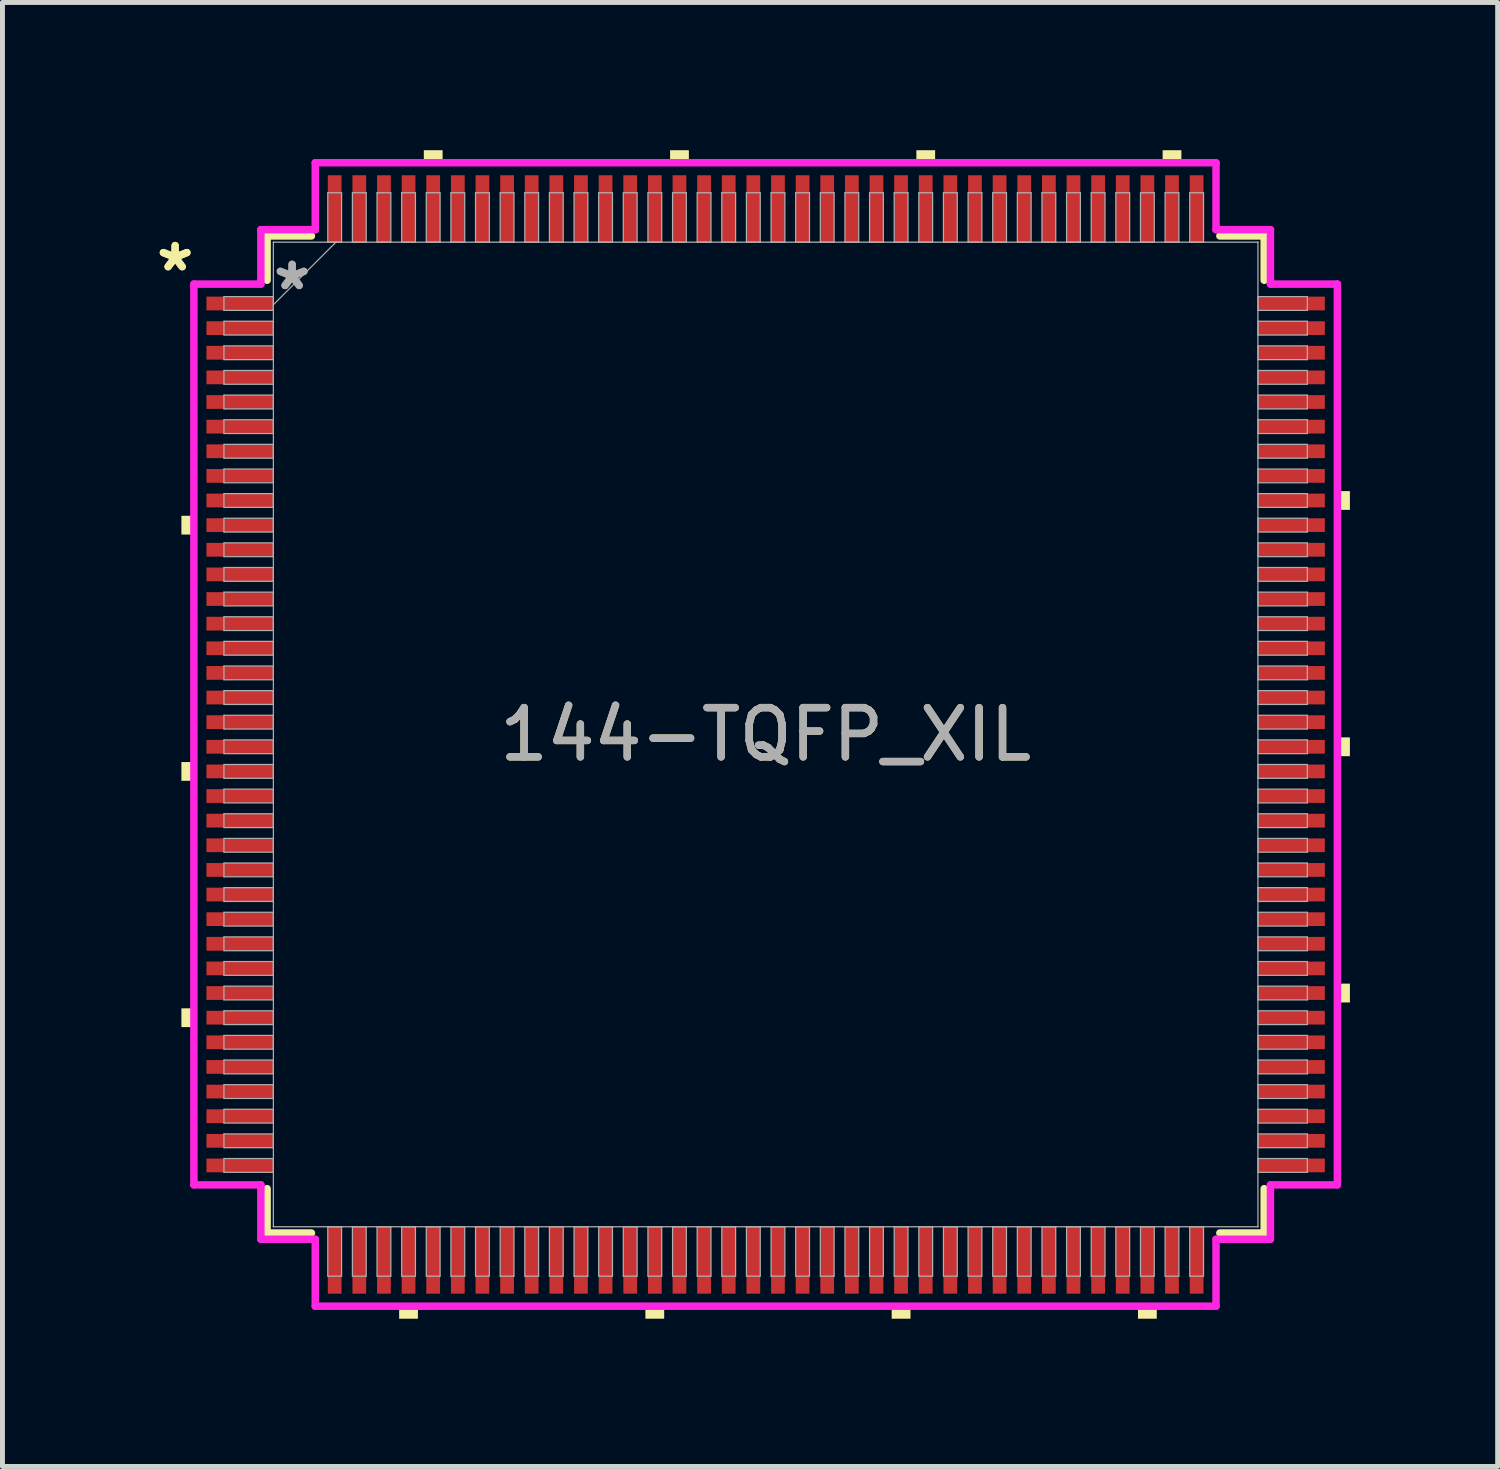
<source format=kicad_pcb>
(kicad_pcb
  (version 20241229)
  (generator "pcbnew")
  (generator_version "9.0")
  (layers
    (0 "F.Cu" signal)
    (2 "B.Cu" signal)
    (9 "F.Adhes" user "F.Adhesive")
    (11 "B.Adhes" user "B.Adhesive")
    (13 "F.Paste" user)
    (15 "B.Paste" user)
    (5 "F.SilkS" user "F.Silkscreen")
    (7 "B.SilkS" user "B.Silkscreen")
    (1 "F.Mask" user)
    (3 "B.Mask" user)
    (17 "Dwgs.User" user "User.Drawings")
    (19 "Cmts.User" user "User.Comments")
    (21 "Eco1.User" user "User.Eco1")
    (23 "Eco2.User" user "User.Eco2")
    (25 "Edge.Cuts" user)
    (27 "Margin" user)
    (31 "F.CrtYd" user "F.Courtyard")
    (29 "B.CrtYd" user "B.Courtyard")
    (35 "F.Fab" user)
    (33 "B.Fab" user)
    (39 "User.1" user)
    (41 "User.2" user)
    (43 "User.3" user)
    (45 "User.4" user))
  (footprint "144-TQFP_XIL"
    (layer "F.Cu")
    (at 12.495 11.862)
    (property "Reference" "144-TQFP_XIL" (at 0 0 0) (unlocked yes) (layer "F.SilkS") (effects (font (size 1 1) (thickness 0.15))))
    (attr smd)
    (fp_line (start -10.122 -10.122) (end -10.122 -9.222) (stroke (width 0.152) (type solid)) (layer "F.SilkS"))
    (fp_line (start -10.122 9.222) (end -10.122 10.122) (stroke (width 0.152) (type solid)) (layer "F.SilkS"))
    (fp_line (start -10.122 10.122) (end -9.222 10.122) (stroke (width 0.152) (type solid)) (layer "F.SilkS"))
    (fp_line (start -9.222 -10.122) (end -10.122 -10.122) (stroke (width 0.152) (type solid)) (layer "F.SilkS"))
    (fp_line (start 9.222 10.122) (end 10.122 10.122) (stroke (width 0.152) (type solid)) (layer "F.SilkS"))
    (fp_line (start 10.122 -10.122) (end 9.222 -10.122) (stroke (width 0.152) (type solid)) (layer "F.SilkS"))
    (fp_line (start 10.122 -9.222) (end 10.122 -10.122) (stroke (width 0.152) (type solid)) (layer "F.SilkS"))
    (fp_line (start 10.122 10.122) (end 10.122 9.222) (stroke (width 0.152) (type solid)) (layer "F.SilkS"))
    (fp_poly (pts (xy -11.862 -4.44) (xy -11.862 -4.059) (xy -11.608 -4.059) (xy -11.608 -4.44)) (stroke (width 0) (type solid)) (fill yes) (layer "F.SilkS"))
    (fp_poly (pts (xy -11.862 0.56) (xy -11.862 0.941) (xy -11.608 0.941) (xy -11.608 0.56)) (stroke (width 0) (type solid)) (fill yes) (layer "F.SilkS"))
    (fp_poly (pts (xy -11.862 5.56) (xy -11.862 5.941) (xy -11.608 5.941) (xy -11.608 5.56)) (stroke (width 0) (type solid)) (fill yes) (layer "F.SilkS"))
    (fp_poly (pts (xy -7.441 11.608) (xy -7.441 11.862) (xy -7.06 11.862) (xy -7.06 11.608)) (stroke (width 0) (type solid)) (fill yes) (layer "F.SilkS"))
    (fp_poly (pts (xy -6.94 -11.608) (xy -6.94 -11.862) (xy -6.559 -11.862) (xy -6.559 -11.608)) (stroke (width 0) (type solid)) (fill yes) (layer "F.SilkS"))
    (fp_poly (pts (xy -2.441 11.608) (xy -2.441 11.862) (xy -2.06 11.862) (xy -2.06 11.608)) (stroke (width 0) (type solid)) (fill yes) (layer "F.SilkS"))
    (fp_poly (pts (xy -1.94 -11.608) (xy -1.94 -11.862) (xy -1.559 -11.862) (xy -1.559 -11.608)) (stroke (width 0) (type solid)) (fill yes) (layer "F.SilkS"))
    (fp_poly (pts (xy 2.559 11.608) (xy 2.559 11.862) (xy 2.941 11.862) (xy 2.941 11.608)) (stroke (width 0) (type solid)) (fill yes) (layer "F.SilkS"))
    (fp_poly (pts (xy 3.06 -11.608) (xy 3.06 -11.862) (xy 3.441 -11.862) (xy 3.441 -11.608)) (stroke (width 0) (type solid)) (fill yes) (layer "F.SilkS"))
    (fp_poly (pts (xy 7.559 11.608) (xy 7.559 11.862) (xy 7.941 11.862) (xy 7.941 11.608)) (stroke (width 0) (type solid)) (fill yes) (layer "F.SilkS"))
    (fp_poly (pts (xy 8.06 -11.608) (xy 8.06 -11.862) (xy 8.441 -11.862) (xy 8.441 -11.608)) (stroke (width 0) (type solid)) (fill yes) (layer "F.SilkS"))
    (fp_poly (pts (xy 11.862 -4.941) (xy 11.862 -4.56) (xy 11.608 -4.56) (xy 11.608 -4.941)) (stroke (width 0) (type solid)) (fill yes) (layer "F.SilkS"))
    (fp_poly (pts (xy 11.862 0.059) (xy 11.862 0.441) (xy 11.608 0.441) (xy 11.608 0.059)) (stroke (width 0) (type solid)) (fill yes) (layer "F.SilkS"))
    (fp_poly (pts (xy 11.862 5.059) (xy 11.862 5.441) (xy 11.608 5.441) (xy 11.608 5.059)) (stroke (width 0) (type solid)) (fill yes) (layer "F.SilkS"))
    (fp_line (start -11.608 -9.144) (end -10.249 -9.144) (stroke (width 0.152) (type solid)) (layer "F.CrtYd"))
    (fp_line (start -11.608 9.144) (end -11.608 -9.144) (stroke (width 0.152) (type solid)) (layer "F.CrtYd"))
    (fp_line (start -10.249 -10.249) (end -9.144 -10.249) (stroke (width 0.152) (type solid)) (layer "F.CrtYd"))
    (fp_line (start -10.249 -9.144) (end -10.249 -10.249) (stroke (width 0.152) (type solid)) (layer "F.CrtYd"))
    (fp_line (start -10.249 9.144) (end -11.608 9.144) (stroke (width 0.152) (type solid)) (layer "F.CrtYd"))
    (fp_line (start -10.249 10.249) (end -10.249 9.144) (stroke (width 0.152) (type solid)) (layer "F.CrtYd"))
    (fp_line (start -10.249 10.249) (end -9.144 10.249) (stroke (width 0.152) (type solid)) (layer "F.CrtYd"))
    (fp_line (start -9.144 -11.608) (end 9.144 -11.608) (stroke (width 0.152) (type solid)) (layer "F.CrtYd"))
    (fp_line (start -9.144 -10.249) (end -9.144 -11.608) (stroke (width 0.152) (type solid)) (layer "F.CrtYd"))
    (fp_line (start -9.144 10.249) (end -9.144 11.608) (stroke (width 0.152) (type solid)) (layer "F.CrtYd"))
    (fp_line (start -9.144 11.608) (end 9.144 11.608) (stroke (width 0.152) (type solid)) (layer "F.CrtYd"))
    (fp_line (start 9.144 -11.608) (end 9.144 -10.249) (stroke (width 0.152) (type solid)) (layer "F.CrtYd"))
    (fp_line (start 9.144 -10.249) (end 10.249 -10.249) (stroke (width 0.152) (type solid)) (layer "F.CrtYd"))
    (fp_line (start 9.144 10.249) (end 10.249 10.249) (stroke (width 0.152) (type solid)) (layer "F.CrtYd"))
    (fp_line (start 9.144 11.608) (end 9.144 10.249) (stroke (width 0.152) (type solid)) (layer "F.CrtYd"))
    (fp_line (start 10.249 -9.144) (end 10.249 -10.249) (stroke (width 0.152) (type solid)) (layer "F.CrtYd"))
    (fp_line (start 10.249 9.144) (end 11.608 9.144) (stroke (width 0.152) (type solid)) (layer "F.CrtYd"))
    (fp_line (start 10.249 10.249) (end 10.249 9.144) (stroke (width 0.152) (type solid)) (layer "F.CrtYd"))
    (fp_line (start 11.608 -9.144) (end 10.249 -9.144) (stroke (width 0.152) (type solid)) (layer "F.CrtYd"))
    (fp_line (start 11.608 9.144) (end 11.608 -9.144) (stroke (width 0.152) (type solid)) (layer "F.CrtYd"))
    (fp_line (start -10.998 -8.89) (end -10.998 -8.61) (stroke (width 0.025) (type solid)) (layer "F.Fab"))
    (fp_line (start -10.998 -8.61) (end -9.995 -8.61) (stroke (width 0.025) (type solid)) (layer "F.Fab"))
    (fp_line (start -10.998 -8.39) (end -10.998 -8.11) (stroke (width 0.025) (type solid)) (layer "F.Fab"))
    (fp_line (start -10.998 -8.11) (end -9.995 -8.11) (stroke (width 0.025) (type solid)) (layer "F.Fab"))
    (fp_line (start -10.998 -7.89) (end -10.998 -7.61) (stroke (width 0.025) (type solid)) (layer "F.Fab"))
    (fp_line (start -10.998 -7.61) (end -9.995 -7.61) (stroke (width 0.025) (type solid)) (layer "F.Fab"))
    (fp_line (start -10.998 -7.39) (end -10.998 -7.11) (stroke (width 0.025) (type solid)) (layer "F.Fab"))
    (fp_line (start -10.998 -7.11) (end -9.995 -7.11) (stroke (width 0.025) (type solid)) (layer "F.Fab"))
    (fp_line (start -10.998 -6.89) (end -10.998 -6.61) (stroke (width 0.025) (type solid)) (layer "F.Fab"))
    (fp_line (start -10.998 -6.61) (end -9.995 -6.61) (stroke (width 0.025) (type solid)) (layer "F.Fab"))
    (fp_line (start -10.998 -6.39) (end -10.998 -6.11) (stroke (width 0.025) (type solid)) (layer "F.Fab"))
    (fp_line (start -10.998 -6.11) (end -9.995 -6.11) (stroke (width 0.025) (type solid)) (layer "F.Fab"))
    (fp_line (start -10.998 -5.89) (end -10.998 -5.61) (stroke (width 0.025) (type solid)) (layer "F.Fab"))
    (fp_line (start -10.998 -5.61) (end -9.995 -5.61) (stroke (width 0.025) (type solid)) (layer "F.Fab"))
    (fp_line (start -10.998 -5.39) (end -10.998 -5.11) (stroke (width 0.025) (type solid)) (layer "F.Fab"))
    (fp_line (start -10.998 -5.11) (end -9.995 -5.11) (stroke (width 0.025) (type solid)) (layer "F.Fab"))
    (fp_line (start -10.998 -4.89) (end -10.998 -4.61) (stroke (width 0.025) (type solid)) (layer "F.Fab"))
    (fp_line (start -10.998 -4.61) (end -9.995 -4.61) (stroke (width 0.025) (type solid)) (layer "F.Fab"))
    (fp_line (start -10.998 -4.39) (end -10.998 -4.11) (stroke (width 0.025) (type solid)) (layer "F.Fab"))
    (fp_line (start -10.998 -4.11) (end -9.995 -4.11) (stroke (width 0.025) (type solid)) (layer "F.Fab"))
    (fp_line (start -10.998 -3.89) (end -10.998 -3.61) (stroke (width 0.025) (type solid)) (layer "F.Fab"))
    (fp_line (start -10.998 -3.61) (end -9.995 -3.61) (stroke (width 0.025) (type solid)) (layer "F.Fab"))
    (fp_line (start -10.998 -3.39) (end -10.998 -3.11) (stroke (width 0.025) (type solid)) (layer "F.Fab"))
    (fp_line (start -10.998 -3.11) (end -9.995 -3.11) (stroke (width 0.025) (type solid)) (layer "F.Fab"))
    (fp_line (start -10.998 -2.89) (end -10.998 -2.61) (stroke (width 0.025) (type solid)) (layer "F.Fab"))
    (fp_line (start -10.998 -2.61) (end -9.995 -2.61) (stroke (width 0.025) (type solid)) (layer "F.Fab"))
    (fp_line (start -10.998 -2.39) (end -10.998 -2.11) (stroke (width 0.025) (type solid)) (layer "F.Fab"))
    (fp_line (start -10.998 -2.11) (end -9.995 -2.11) (stroke (width 0.025) (type solid)) (layer "F.Fab"))
    (fp_line (start -10.998 -1.89) (end -10.998 -1.61) (stroke (width 0.025) (type solid)) (layer "F.Fab"))
    (fp_line (start -10.998 -1.61) (end -9.995 -1.61) (stroke (width 0.025) (type solid)) (layer "F.Fab"))
    (fp_line (start -10.998 -1.39) (end -10.998 -1.11) (stroke (width 0.025) (type solid)) (layer "F.Fab"))
    (fp_line (start -10.998 -1.11) (end -9.995 -1.11) (stroke (width 0.025) (type solid)) (layer "F.Fab"))
    (fp_line (start -10.998 -0.89) (end -10.998 -0.61) (stroke (width 0.025) (type solid)) (layer "F.Fab"))
    (fp_line (start -10.998 -0.61) (end -9.995 -0.61) (stroke (width 0.025) (type solid)) (layer "F.Fab"))
    (fp_line (start -10.998 -0.39) (end -10.998 -0.11) (stroke (width 0.025) (type solid)) (layer "F.Fab"))
    (fp_line (start -10.998 -0.11) (end -9.995 -0.11) (stroke (width 0.025) (type solid)) (layer "F.Fab"))
    (fp_line (start -10.998 0.11) (end -10.998 0.39) (stroke (width 0.025) (type solid)) (layer "F.Fab"))
    (fp_line (start -10.998 0.39) (end -9.995 0.39) (stroke (width 0.025) (type solid)) (layer "F.Fab"))
    (fp_line (start -10.998 0.61) (end -10.998 0.89) (stroke (width 0.025) (type solid)) (layer "F.Fab"))
    (fp_line (start -10.998 0.89) (end -9.995 0.89) (stroke (width 0.025) (type solid)) (layer "F.Fab"))
    (fp_line (start -10.998 1.11) (end -10.998 1.39) (stroke (width 0.025) (type solid)) (layer "F.Fab"))
    (fp_line (start -10.998 1.39) (end -9.995 1.39) (stroke (width 0.025) (type solid)) (layer "F.Fab"))
    (fp_line (start -10.998 1.61) (end -10.998 1.89) (stroke (width 0.025) (type solid)) (layer "F.Fab"))
    (fp_line (start -10.998 1.89) (end -9.995 1.89) (stroke (width 0.025) (type solid)) (layer "F.Fab"))
    (fp_line (start -10.998 2.11) (end -10.998 2.39) (stroke (width 0.025) (type solid)) (layer "F.Fab"))
    (fp_line (start -10.998 2.39) (end -9.995 2.39) (stroke (width 0.025) (type solid)) (layer "F.Fab"))
    (fp_line (start -10.998 2.61) (end -10.998 2.89) (stroke (width 0.025) (type solid)) (layer "F.Fab"))
    (fp_line (start -10.998 2.89) (end -9.995 2.89) (stroke (width 0.025) (type solid)) (layer "F.Fab"))
    (fp_line (start -10.998 3.11) (end -10.998 3.39) (stroke (width 0.025) (type solid)) (layer "F.Fab"))
    (fp_line (start -10.998 3.39) (end -9.995 3.39) (stroke (width 0.025) (type solid)) (layer "F.Fab"))
    (fp_line (start -10.998 3.61) (end -10.998 3.89) (stroke (width 0.025) (type solid)) (layer "F.Fab"))
    (fp_line (start -10.998 3.89) (end -9.995 3.89) (stroke (width 0.025) (type solid)) (layer "F.Fab"))
    (fp_line (start -10.998 4.11) (end -10.998 4.39) (stroke (width 0.025) (type solid)) (layer "F.Fab"))
    (fp_line (start -10.998 4.39) (end -9.995 4.39) (stroke (width 0.025) (type solid)) (layer "F.Fab"))
    (fp_line (start -10.998 4.61) (end -10.998 4.89) (stroke (width 0.025) (type solid)) (layer "F.Fab"))
    (fp_line (start -10.998 4.89) (end -9.995 4.89) (stroke (width 0.025) (type solid)) (layer "F.Fab"))
    (fp_line (start -10.998 5.11) (end -10.998 5.39) (stroke (width 0.025) (type solid)) (layer "F.Fab"))
    (fp_line (start -10.998 5.39) (end -9.995 5.39) (stroke (width 0.025) (type solid)) (layer "F.Fab"))
    (fp_line (start -10.998 5.61) (end -10.998 5.89) (stroke (width 0.025) (type solid)) (layer "F.Fab"))
    (fp_line (start -10.998 5.89) (end -9.995 5.89) (stroke (width 0.025) (type solid)) (layer "F.Fab"))
    (fp_line (start -10.998 6.11) (end -10.998 6.39) (stroke (width 0.025) (type solid)) (layer "F.Fab"))
    (fp_line (start -10.998 6.39) (end -9.995 6.39) (stroke (width 0.025) (type solid)) (layer "F.Fab"))
    (fp_line (start -10.998 6.61) (end -10.998 6.89) (stroke (width 0.025) (type solid)) (layer "F.Fab"))
    (fp_line (start -10.998 6.89) (end -9.995 6.89) (stroke (width 0.025) (type solid)) (layer "F.Fab"))
    (fp_line (start -10.998 7.11) (end -10.998 7.39) (stroke (width 0.025) (type solid)) (layer "F.Fab"))
    (fp_line (start -10.998 7.39) (end -9.995 7.39) (stroke (width 0.025) (type solid)) (layer "F.Fab"))
    (fp_line (start -10.998 7.61) (end -10.998 7.89) (stroke (width 0.025) (type solid)) (layer "F.Fab"))
    (fp_line (start -10.998 7.89) (end -9.995 7.89) (stroke (width 0.025) (type solid)) (layer "F.Fab"))
    (fp_line (start -10.998 8.11) (end -10.998 8.39) (stroke (width 0.025) (type solid)) (layer "F.Fab"))
    (fp_line (start -10.998 8.39) (end -9.995 8.39) (stroke (width 0.025) (type solid)) (layer "F.Fab"))
    (fp_line (start -10.998 8.61) (end -10.998 8.89) (stroke (width 0.025) (type solid)) (layer "F.Fab"))
    (fp_line (start -10.998 8.89) (end -9.995 8.89) (stroke (width 0.025) (type solid)) (layer "F.Fab"))
    (fp_line (start -9.995 -9.995) (end -9.995 -9.995) (stroke (width 0.025) (type solid)) (layer "F.Fab"))
    (fp_line (start -9.995 -9.995) (end -9.995 9.995) (stroke (width 0.025) (type solid)) (layer "F.Fab"))
    (fp_line (start -9.995 -8.89) (end -10.998 -8.89) (stroke (width 0.025) (type solid)) (layer "F.Fab"))
    (fp_line (start -9.995 -8.725) (end -8.725 -9.995) (stroke (width 0.025) (type solid)) (layer "F.Fab"))
    (fp_line (start -9.995 -8.61) (end -9.995 -8.89) (stroke (width 0.025) (type solid)) (layer "F.Fab"))
    (fp_line (start -9.995 -8.39) (end -10.998 -8.39) (stroke (width 0.025) (type solid)) (layer "F.Fab"))
    (fp_line (start -9.995 -8.11) (end -9.995 -8.39) (stroke (width 0.025) (type solid)) (layer "F.Fab"))
    (fp_line (start -9.995 -7.89) (end -10.998 -7.89) (stroke (width 0.025) (type solid)) (layer "F.Fab"))
    (fp_line (start -9.995 -7.61) (end -9.995 -7.89) (stroke (width 0.025) (type solid)) (layer "F.Fab"))
    (fp_line (start -9.995 -7.39) (end -10.998 -7.39) (stroke (width 0.025) (type solid)) (layer "F.Fab"))
    (fp_line (start -9.995 -7.11) (end -9.995 -7.39) (stroke (width 0.025) (type solid)) (layer "F.Fab"))
    (fp_line (start -9.995 -6.89) (end -10.998 -6.89) (stroke (width 0.025) (type solid)) (layer "F.Fab"))
    (fp_line (start -9.995 -6.61) (end -9.995 -6.89) (stroke (width 0.025) (type solid)) (layer "F.Fab"))
    (fp_line (start -9.995 -6.39) (end -10.998 -6.39) (stroke (width 0.025) (type solid)) (layer "F.Fab"))
    (fp_line (start -9.995 -6.11) (end -9.995 -6.39) (stroke (width 0.025) (type solid)) (layer "F.Fab"))
    (fp_line (start -9.995 -5.89) (end -10.998 -5.89) (stroke (width 0.025) (type solid)) (layer "F.Fab"))
    (fp_line (start -9.995 -5.61) (end -9.995 -5.89) (stroke (width 0.025) (type solid)) (layer "F.Fab"))
    (fp_line (start -9.995 -5.39) (end -10.998 -5.39) (stroke (width 0.025) (type solid)) (layer "F.Fab"))
    (fp_line (start -9.995 -5.11) (end -9.995 -5.39) (stroke (width 0.025) (type solid)) (layer "F.Fab"))
    (fp_line (start -9.995 -4.89) (end -10.998 -4.89) (stroke (width 0.025) (type solid)) (layer "F.Fab"))
    (fp_line (start -9.995 -4.61) (end -9.995 -4.89) (stroke (width 0.025) (type solid)) (layer "F.Fab"))
    (fp_line (start -9.995 -4.39) (end -10.998 -4.39) (stroke (width 0.025) (type solid)) (layer "F.Fab"))
    (fp_line (start -9.995 -4.11) (end -9.995 -4.39) (stroke (width 0.025) (type solid)) (layer "F.Fab"))
    (fp_line (start -9.995 -3.89) (end -10.998 -3.89) (stroke (width 0.025) (type solid)) (layer "F.Fab"))
    (fp_line (start -9.995 -3.61) (end -9.995 -3.89) (stroke (width 0.025) (type solid)) (layer "F.Fab"))
    (fp_line (start -9.995 -3.39) (end -10.998 -3.39) (stroke (width 0.025) (type solid)) (layer "F.Fab"))
    (fp_line (start -9.995 -3.11) (end -9.995 -3.39) (stroke (width 0.025) (type solid)) (layer "F.Fab"))
    (fp_line (start -9.995 -2.89) (end -10.998 -2.89) (stroke (width 0.025) (type solid)) (layer "F.Fab"))
    (fp_line (start -9.995 -2.61) (end -9.995 -2.89) (stroke (width 0.025) (type solid)) (layer "F.Fab"))
    (fp_line (start -9.995 -2.39) (end -10.998 -2.39) (stroke (width 0.025) (type solid)) (layer "F.Fab"))
    (fp_line (start -9.995 -2.11) (end -9.995 -2.39) (stroke (width 0.025) (type solid)) (layer "F.Fab"))
    (fp_line (start -9.995 -1.89) (end -10.998 -1.89) (stroke (width 0.025) (type solid)) (layer "F.Fab"))
    (fp_line (start -9.995 -1.61) (end -9.995 -1.89) (stroke (width 0.025) (type solid)) (layer "F.Fab"))
    (fp_line (start -9.995 -1.39) (end -10.998 -1.39) (stroke (width 0.025) (type solid)) (layer "F.Fab"))
    (fp_line (start -9.995 -1.11) (end -9.995 -1.39) (stroke (width 0.025) (type solid)) (layer "F.Fab"))
    (fp_line (start -9.995 -0.89) (end -10.998 -0.89) (stroke (width 0.025) (type solid)) (layer "F.Fab"))
    (fp_line (start -9.995 -0.61) (end -9.995 -0.89) (stroke (width 0.025) (type solid)) (layer "F.Fab"))
    (fp_line (start -9.995 -0.39) (end -10.998 -0.39) (stroke (width 0.025) (type solid)) (layer "F.Fab"))
    (fp_line (start -9.995 -0.11) (end -9.995 -0.39) (stroke (width 0.025) (type solid)) (layer "F.Fab"))
    (fp_line (start -9.995 0.11) (end -10.998 0.11) (stroke (width 0.025) (type solid)) (layer "F.Fab"))
    (fp_line (start -9.995 0.39) (end -9.995 0.11) (stroke (width 0.025) (type solid)) (layer "F.Fab"))
    (fp_line (start -9.995 0.61) (end -10.998 0.61) (stroke (width 0.025) (type solid)) (layer "F.Fab"))
    (fp_line (start -9.995 0.89) (end -9.995 0.61) (stroke (width 0.025) (type solid)) (layer "F.Fab"))
    (fp_line (start -9.995 1.11) (end -10.998 1.11) (stroke (width 0.025) (type solid)) (layer "F.Fab"))
    (fp_line (start -9.995 1.39) (end -9.995 1.11) (stroke (width 0.025) (type solid)) (layer "F.Fab"))
    (fp_line (start -9.995 1.61) (end -10.998 1.61) (stroke (width 0.025) (type solid)) (layer "F.Fab"))
    (fp_line (start -9.995 1.89) (end -9.995 1.61) (stroke (width 0.025) (type solid)) (layer "F.Fab"))
    (fp_line (start -9.995 2.11) (end -10.998 2.11) (stroke (width 0.025) (type solid)) (layer "F.Fab"))
    (fp_line (start -9.995 2.39) (end -9.995 2.11) (stroke (width 0.025) (type solid)) (layer "F.Fab"))
    (fp_line (start -9.995 2.61) (end -10.998 2.61) (stroke (width 0.025) (type solid)) (layer "F.Fab"))
    (fp_line (start -9.995 2.89) (end -9.995 2.61) (stroke (width 0.025) (type solid)) (layer "F.Fab"))
    (fp_line (start -9.995 3.11) (end -10.998 3.11) (stroke (width 0.025) (type solid)) (layer "F.Fab"))
    (fp_line (start -9.995 3.39) (end -9.995 3.11) (stroke (width 0.025) (type solid)) (layer "F.Fab"))
    (fp_line (start -9.995 3.61) (end -10.998 3.61) (stroke (width 0.025) (type solid)) (layer "F.Fab"))
    (fp_line (start -9.995 3.89) (end -9.995 3.61) (stroke (width 0.025) (type solid)) (layer "F.Fab"))
    (fp_line (start -9.995 4.11) (end -10.998 4.11) (stroke (width 0.025) (type solid)) (layer "F.Fab"))
    (fp_line (start -9.995 4.39) (end -9.995 4.11) (stroke (width 0.025) (type solid)) (layer "F.Fab"))
    (fp_line (start -9.995 4.61) (end -10.998 4.61) (stroke (width 0.025) (type solid)) (layer "F.Fab"))
    (fp_line (start -9.995 4.89) (end -9.995 4.61) (stroke (width 0.025) (type solid)) (layer "F.Fab"))
    (fp_line (start -9.995 5.11) (end -10.998 5.11) (stroke (width 0.025) (type solid)) (layer "F.Fab"))
    (fp_line (start -9.995 5.39) (end -9.995 5.11) (stroke (width 0.025) (type solid)) (layer "F.Fab"))
    (fp_line (start -9.995 5.61) (end -10.998 5.61) (stroke (width 0.025) (type solid)) (layer "F.Fab"))
    (fp_line (start -9.995 5.89) (end -9.995 5.61) (stroke (width 0.025) (type solid)) (layer "F.Fab"))
    (fp_line (start -9.995 6.11) (end -10.998 6.11) (stroke (width 0.025) (type solid)) (layer "F.Fab"))
    (fp_line (start -9.995 6.39) (end -9.995 6.11) (stroke (width 0.025) (type solid)) (layer "F.Fab"))
    (fp_line (start -9.995 6.61) (end -10.998 6.61) (stroke (width 0.025) (type solid)) (layer "F.Fab"))
    (fp_line (start -9.995 6.89) (end -9.995 6.61) (stroke (width 0.025) (type solid)) (layer "F.Fab"))
    (fp_line (start -9.995 7.11) (end -10.998 7.11) (stroke (width 0.025) (type solid)) (layer "F.Fab"))
    (fp_line (start -9.995 7.39) (end -9.995 7.11) (stroke (width 0.025) (type solid)) (layer "F.Fab"))
    (fp_line (start -9.995 7.61) (end -10.998 7.61) (stroke (width 0.025) (type solid)) (layer "F.Fab"))
    (fp_line (start -9.995 7.89) (end -9.995 7.61) (stroke (width 0.025) (type solid)) (layer "F.Fab"))
    (fp_line (start -9.995 8.11) (end -10.998 8.11) (stroke (width 0.025) (type solid)) (layer "F.Fab"))
    (fp_line (start -9.995 8.39) (end -9.995 8.11) (stroke (width 0.025) (type solid)) (layer "F.Fab"))
    (fp_line (start -9.995 8.61) (end -10.998 8.61) (stroke (width 0.025) (type solid)) (layer "F.Fab"))
    (fp_line (start -9.995 8.89) (end -9.995 8.61) (stroke (width 0.025) (type solid)) (layer "F.Fab"))
    (fp_line (start -9.995 9.995) (end -9.995 9.995) (stroke (width 0.025) (type solid)) (layer "F.Fab"))
    (fp_line (start -9.995 9.995) (end 9.995 9.995) (stroke (width 0.025) (type solid)) (layer "F.Fab"))
    (fp_line (start -8.89 -10.998) (end -8.89 -9.995) (stroke (width 0.025) (type solid)) (layer "F.Fab"))
    (fp_line (start -8.89 -9.995) (end -8.61 -9.995) (stroke (width 0.025) (type solid)) (layer "F.Fab"))
    (fp_line (start -8.89 9.995) (end -8.89 10.998) (stroke (width 0.025) (type solid)) (layer "F.Fab"))
    (fp_line (start -8.89 10.998) (end -8.61 10.998) (stroke (width 0.025) (type solid)) (layer "F.Fab"))
    (fp_line (start -8.61 -10.998) (end -8.89 -10.998) (stroke (width 0.025) (type solid)) (layer "F.Fab"))
    (fp_line (start -8.61 -9.995) (end -8.61 -10.998) (stroke (width 0.025) (type solid)) (layer "F.Fab"))
    (fp_line (start -8.61 9.995) (end -8.89 9.995) (stroke (width 0.025) (type solid)) (layer "F.Fab"))
    (fp_line (start -8.61 10.998) (end -8.61 9.995) (stroke (width 0.025) (type solid)) (layer "F.Fab"))
    (fp_line (start -8.39 -10.998) (end -8.39 -9.995) (stroke (width 0.025) (type solid)) (layer "F.Fab"))
    (fp_line (start -8.39 -9.995) (end -8.11 -9.995) (stroke (width 0.025) (type solid)) (layer "F.Fab"))
    (fp_line (start -8.39 9.995) (end -8.39 10.998) (stroke (width 0.025) (type solid)) (layer "F.Fab"))
    (fp_line (start -8.39 10.998) (end -8.11 10.998) (stroke (width 0.025) (type solid)) (layer "F.Fab"))
    (fp_line (start -8.11 -10.998) (end -8.39 -10.998) (stroke (width 0.025) (type solid)) (layer "F.Fab"))
    (fp_line (start -8.11 -9.995) (end -8.11 -10.998) (stroke (width 0.025) (type solid)) (layer "F.Fab"))
    (fp_line (start -8.11 9.995) (end -8.39 9.995) (stroke (width 0.025) (type solid)) (layer "F.Fab"))
    (fp_line (start -8.11 10.998) (end -8.11 9.995) (stroke (width 0.025) (type solid)) (layer "F.Fab"))
    (fp_line (start -7.89 -10.998) (end -7.89 -9.995) (stroke (width 0.025) (type solid)) (layer "F.Fab"))
    (fp_line (start -7.89 -9.995) (end -7.61 -9.995) (stroke (width 0.025) (type solid)) (layer "F.Fab"))
    (fp_line (start -7.89 9.995) (end -7.89 10.998) (stroke (width 0.025) (type solid)) (layer "F.Fab"))
    (fp_line (start -7.89 10.998) (end -7.61 10.998) (stroke (width 0.025) (type solid)) (layer "F.Fab"))
    (fp_line (start -7.61 -10.998) (end -7.89 -10.998) (stroke (width 0.025) (type solid)) (layer "F.Fab"))
    (fp_line (start -7.61 -9.995) (end -7.61 -10.998) (stroke (width 0.025) (type solid)) (layer "F.Fab"))
    (fp_line (start -7.61 9.995) (end -7.89 9.995) (stroke (width 0.025) (type solid)) (layer "F.Fab"))
    (fp_line (start -7.61 10.998) (end -7.61 9.995) (stroke (width 0.025) (type solid)) (layer "F.Fab"))
    (fp_line (start -7.39 -10.998) (end -7.39 -9.995) (stroke (width 0.025) (type solid)) (layer "F.Fab"))
    (fp_line (start -7.39 -9.995) (end -7.11 -9.995) (stroke (width 0.025) (type solid)) (layer "F.Fab"))
    (fp_line (start -7.39 9.995) (end -7.39 10.998) (stroke (width 0.025) (type solid)) (layer "F.Fab"))
    (fp_line (start -7.39 10.998) (end -7.11 10.998) (stroke (width 0.025) (type solid)) (layer "F.Fab"))
    (fp_line (start -7.11 -10.998) (end -7.39 -10.998) (stroke (width 0.025) (type solid)) (layer "F.Fab"))
    (fp_line (start -7.11 -9.995) (end -7.11 -10.998) (stroke (width 0.025) (type solid)) (layer "F.Fab"))
    (fp_line (start -7.11 9.995) (end -7.39 9.995) (stroke (width 0.025) (type solid)) (layer "F.Fab"))
    (fp_line (start -7.11 10.998) (end -7.11 9.995) (stroke (width 0.025) (type solid)) (layer "F.Fab"))
    (fp_line (start -6.89 -10.998) (end -6.89 -9.995) (stroke (width 0.025) (type solid)) (layer "F.Fab"))
    (fp_line (start -6.89 -9.995) (end -6.61 -9.995) (stroke (width 0.025) (type solid)) (layer "F.Fab"))
    (fp_line (start -6.89 9.995) (end -6.89 10.998) (stroke (width 0.025) (type solid)) (layer "F.Fab"))
    (fp_line (start -6.89 10.998) (end -6.61 10.998) (stroke (width 0.025) (type solid)) (layer "F.Fab"))
    (fp_line (start -6.61 -10.998) (end -6.89 -10.998) (stroke (width 0.025) (type solid)) (layer "F.Fab"))
    (fp_line (start -6.61 -9.995) (end -6.61 -10.998) (stroke (width 0.025) (type solid)) (layer "F.Fab"))
    (fp_line (start -6.61 9.995) (end -6.89 9.995) (stroke (width 0.025) (type solid)) (layer "F.Fab"))
    (fp_line (start -6.61 10.998) (end -6.61 9.995) (stroke (width 0.025) (type solid)) (layer "F.Fab"))
    (fp_line (start -6.39 -10.998) (end -6.39 -9.995) (stroke (width 0.025) (type solid)) (layer "F.Fab"))
    (fp_line (start -6.39 -9.995) (end -6.11 -9.995) (stroke (width 0.025) (type solid)) (layer "F.Fab"))
    (fp_line (start -6.39 9.995) (end -6.39 10.998) (stroke (width 0.025) (type solid)) (layer "F.Fab"))
    (fp_line (start -6.39 10.998) (end -6.11 10.998) (stroke (width 0.025) (type solid)) (layer "F.Fab"))
    (fp_line (start -6.11 -10.998) (end -6.39 -10.998) (stroke (width 0.025) (type solid)) (layer "F.Fab"))
    (fp_line (start -6.11 -9.995) (end -6.11 -10.998) (stroke (width 0.025) (type solid)) (layer "F.Fab"))
    (fp_line (start -6.11 9.995) (end -6.39 9.995) (stroke (width 0.025) (type solid)) (layer "F.Fab"))
    (fp_line (start -6.11 10.998) (end -6.11 9.995) (stroke (width 0.025) (type solid)) (layer "F.Fab"))
    (fp_line (start -5.89 -10.998) (end -5.89 -9.995) (stroke (width 0.025) (type solid)) (layer "F.Fab"))
    (fp_line (start -5.89 -9.995) (end -5.61 -9.995) (stroke (width 0.025) (type solid)) (layer "F.Fab"))
    (fp_line (start -5.89 9.995) (end -5.89 10.998) (stroke (width 0.025) (type solid)) (layer "F.Fab"))
    (fp_line (start -5.89 10.998) (end -5.61 10.998) (stroke (width 0.025) (type solid)) (layer "F.Fab"))
    (fp_line (start -5.61 -10.998) (end -5.89 -10.998) (stroke (width 0.025) (type solid)) (layer "F.Fab"))
    (fp_line (start -5.61 -9.995) (end -5.61 -10.998) (stroke (width 0.025) (type solid)) (layer "F.Fab"))
    (fp_line (start -5.61 9.995) (end -5.89 9.995) (stroke (width 0.025) (type solid)) (layer "F.Fab"))
    (fp_line (start -5.61 10.998) (end -5.61 9.995) (stroke (width 0.025) (type solid)) (layer "F.Fab"))
    (fp_line (start -5.39 -10.998) (end -5.39 -9.995) (stroke (width 0.025) (type solid)) (layer "F.Fab"))
    (fp_line (start -5.39 -9.995) (end -5.11 -9.995) (stroke (width 0.025) (type solid)) (layer "F.Fab"))
    (fp_line (start -5.39 9.995) (end -5.39 10.998) (stroke (width 0.025) (type solid)) (layer "F.Fab"))
    (fp_line (start -5.39 10.998) (end -5.11 10.998) (stroke (width 0.025) (type solid)) (layer "F.Fab"))
    (fp_line (start -5.11 -10.998) (end -5.39 -10.998) (stroke (width 0.025) (type solid)) (layer "F.Fab"))
    (fp_line (start -5.11 -9.995) (end -5.11 -10.998) (stroke (width 0.025) (type solid)) (layer "F.Fab"))
    (fp_line (start -5.11 9.995) (end -5.39 9.995) (stroke (width 0.025) (type solid)) (layer "F.Fab"))
    (fp_line (start -5.11 10.998) (end -5.11 9.995) (stroke (width 0.025) (type solid)) (layer "F.Fab"))
    (fp_line (start -4.89 -10.998) (end -4.89 -9.995) (stroke (width 0.025) (type solid)) (layer "F.Fab"))
    (fp_line (start -4.89 -9.995) (end -4.61 -9.995) (stroke (width 0.025) (type solid)) (layer "F.Fab"))
    (fp_line (start -4.89 9.995) (end -4.89 10.998) (stroke (width 0.025) (type solid)) (layer "F.Fab"))
    (fp_line (start -4.89 10.998) (end -4.61 10.998) (stroke (width 0.025) (type solid)) (layer "F.Fab"))
    (fp_line (start -4.61 -10.998) (end -4.89 -10.998) (stroke (width 0.025) (type solid)) (layer "F.Fab"))
    (fp_line (start -4.61 -9.995) (end -4.61 -10.998) (stroke (width 0.025) (type solid)) (layer "F.Fab"))
    (fp_line (start -4.61 9.995) (end -4.89 9.995) (stroke (width 0.025) (type solid)) (layer "F.Fab"))
    (fp_line (start -4.61 10.998) (end -4.61 9.995) (stroke (width 0.025) (type solid)) (layer "F.Fab"))
    (fp_line (start -4.39 -10.998) (end -4.39 -9.995) (stroke (width 0.025) (type solid)) (layer "F.Fab"))
    (fp_line (start -4.39 -9.995) (end -4.11 -9.995) (stroke (width 0.025) (type solid)) (layer "F.Fab"))
    (fp_line (start -4.39 9.995) (end -4.39 10.998) (stroke (width 0.025) (type solid)) (layer "F.Fab"))
    (fp_line (start -4.39 10.998) (end -4.11 10.998) (stroke (width 0.025) (type solid)) (layer "F.Fab"))
    (fp_line (start -4.11 -10.998) (end -4.39 -10.998) (stroke (width 0.025) (type solid)) (layer "F.Fab"))
    (fp_line (start -4.11 -9.995) (end -4.11 -10.998) (stroke (width 0.025) (type solid)) (layer "F.Fab"))
    (fp_line (start -4.11 9.995) (end -4.39 9.995) (stroke (width 0.025) (type solid)) (layer "F.Fab"))
    (fp_line (start -4.11 10.998) (end -4.11 9.995) (stroke (width 0.025) (type solid)) (layer "F.Fab"))
    (fp_line (start -3.89 -10.998) (end -3.89 -9.995) (stroke (width 0.025) (type solid)) (layer "F.Fab"))
    (fp_line (start -3.89 -9.995) (end -3.61 -9.995) (stroke (width 0.025) (type solid)) (layer "F.Fab"))
    (fp_line (start -3.89 9.995) (end -3.89 10.998) (stroke (width 0.025) (type solid)) (layer "F.Fab"))
    (fp_line (start -3.89 10.998) (end -3.61 10.998) (stroke (width 0.025) (type solid)) (layer "F.Fab"))
    (fp_line (start -3.61 -10.998) (end -3.89 -10.998) (stroke (width 0.025) (type solid)) (layer "F.Fab"))
    (fp_line (start -3.61 -9.995) (end -3.61 -10.998) (stroke (width 0.025) (type solid)) (layer "F.Fab"))
    (fp_line (start -3.61 9.995) (end -3.89 9.995) (stroke (width 0.025) (type solid)) (layer "F.Fab"))
    (fp_line (start -3.61 10.998) (end -3.61 9.995) (stroke (width 0.025) (type solid)) (layer "F.Fab"))
    (fp_line (start -3.39 -10.998) (end -3.39 -9.995) (stroke (width 0.025) (type solid)) (layer "F.Fab"))
    (fp_line (start -3.39 -9.995) (end -3.11 -9.995) (stroke (width 0.025) (type solid)) (layer "F.Fab"))
    (fp_line (start -3.39 9.995) (end -3.39 10.998) (stroke (width 0.025) (type solid)) (layer "F.Fab"))
    (fp_line (start -3.39 10.998) (end -3.11 10.998) (stroke (width 0.025) (type solid)) (layer "F.Fab"))
    (fp_line (start -3.11 -10.998) (end -3.39 -10.998) (stroke (width 0.025) (type solid)) (layer "F.Fab"))
    (fp_line (start -3.11 -9.995) (end -3.11 -10.998) (stroke (width 0.025) (type solid)) (layer "F.Fab"))
    (fp_line (start -3.11 9.995) (end -3.39 9.995) (stroke (width 0.025) (type solid)) (layer "F.Fab"))
    (fp_line (start -3.11 10.998) (end -3.11 9.995) (stroke (width 0.025) (type solid)) (layer "F.Fab"))
    (fp_line (start -2.89 -10.998) (end -2.89 -9.995) (stroke (width 0.025) (type solid)) (layer "F.Fab"))
    (fp_line (start -2.89 -9.995) (end -2.61 -9.995) (stroke (width 0.025) (type solid)) (layer "F.Fab"))
    (fp_line (start -2.89 9.995) (end -2.89 10.998) (stroke (width 0.025) (type solid)) (layer "F.Fab"))
    (fp_line (start -2.89 10.998) (end -2.61 10.998) (stroke (width 0.025) (type solid)) (layer "F.Fab"))
    (fp_line (start -2.61 -10.998) (end -2.89 -10.998) (stroke (width 0.025) (type solid)) (layer "F.Fab"))
    (fp_line (start -2.61 -9.995) (end -2.61 -10.998) (stroke (width 0.025) (type solid)) (layer "F.Fab"))
    (fp_line (start -2.61 9.995) (end -2.89 9.995) (stroke (width 0.025) (type solid)) (layer "F.Fab"))
    (fp_line (start -2.61 10.998) (end -2.61 9.995) (stroke (width 0.025) (type solid)) (layer "F.Fab"))
    (fp_line (start -2.39 -10.998) (end -2.39 -9.995) (stroke (width 0.025) (type solid)) (layer "F.Fab"))
    (fp_line (start -2.39 -9.995) (end -2.11 -9.995) (stroke (width 0.025) (type solid)) (layer "F.Fab"))
    (fp_line (start -2.39 9.995) (end -2.39 10.998) (stroke (width 0.025) (type solid)) (layer "F.Fab"))
    (fp_line (start -2.39 10.998) (end -2.11 10.998) (stroke (width 0.025) (type solid)) (layer "F.Fab"))
    (fp_line (start -2.11 -10.998) (end -2.39 -10.998) (stroke (width 0.025) (type solid)) (layer "F.Fab"))
    (fp_line (start -2.11 -9.995) (end -2.11 -10.998) (stroke (width 0.025) (type solid)) (layer "F.Fab"))
    (fp_line (start -2.11 9.995) (end -2.39 9.995) (stroke (width 0.025) (type solid)) (layer "F.Fab"))
    (fp_line (start -2.11 10.998) (end -2.11 9.995) (stroke (width 0.025) (type solid)) (layer "F.Fab"))
    (fp_line (start -1.89 -10.998) (end -1.89 -9.995) (stroke (width 0.025) (type solid)) (layer "F.Fab"))
    (fp_line (start -1.89 -9.995) (end -1.61 -9.995) (stroke (width 0.025) (type solid)) (layer "F.Fab"))
    (fp_line (start -1.89 9.995) (end -1.89 10.998) (stroke (width 0.025) (type solid)) (layer "F.Fab"))
    (fp_line (start -1.89 10.998) (end -1.61 10.998) (stroke (width 0.025) (type solid)) (layer "F.Fab"))
    (fp_line (start -1.61 -10.998) (end -1.89 -10.998) (stroke (width 0.025) (type solid)) (layer "F.Fab"))
    (fp_line (start -1.61 -9.995) (end -1.61 -10.998) (stroke (width 0.025) (type solid)) (layer "F.Fab"))
    (fp_line (start -1.61 9.995) (end -1.89 9.995) (stroke (width 0.025) (type solid)) (layer "F.Fab"))
    (fp_line (start -1.61 10.998) (end -1.61 9.995) (stroke (width 0.025) (type solid)) (layer "F.Fab"))
    (fp_line (start -1.39 -10.998) (end -1.39 -9.995) (stroke (width 0.025) (type solid)) (layer "F.Fab"))
    (fp_line (start -1.39 -9.995) (end -1.11 -9.995) (stroke (width 0.025) (type solid)) (layer "F.Fab"))
    (fp_line (start -1.39 9.995) (end -1.39 10.998) (stroke (width 0.025) (type solid)) (layer "F.Fab"))
    (fp_line (start -1.39 10.998) (end -1.11 10.998) (stroke (width 0.025) (type solid)) (layer "F.Fab"))
    (fp_line (start -1.11 -10.998) (end -1.39 -10.998) (stroke (width 0.025) (type solid)) (layer "F.Fab"))
    (fp_line (start -1.11 -9.995) (end -1.11 -10.998) (stroke (width 0.025) (type solid)) (layer "F.Fab"))
    (fp_line (start -1.11 9.995) (end -1.39 9.995) (stroke (width 0.025) (type solid)) (layer "F.Fab"))
    (fp_line (start -1.11 10.998) (end -1.11 9.995) (stroke (width 0.025) (type solid)) (layer "F.Fab"))
    (fp_line (start -0.89 -10.998) (end -0.89 -9.995) (stroke (width 0.025) (type solid)) (layer "F.Fab"))
    (fp_line (start -0.89 -9.995) (end -0.61 -9.995) (stroke (width 0.025) (type solid)) (layer "F.Fab"))
    (fp_line (start -0.89 9.995) (end -0.89 10.998) (stroke (width 0.025) (type solid)) (layer "F.Fab"))
    (fp_line (start -0.89 10.998) (end -0.61 10.998) (stroke (width 0.025) (type solid)) (layer "F.Fab"))
    (fp_line (start -0.61 -10.998) (end -0.89 -10.998) (stroke (width 0.025) (type solid)) (layer "F.Fab"))
    (fp_line (start -0.61 -9.995) (end -0.61 -10.998) (stroke (width 0.025) (type solid)) (layer "F.Fab"))
    (fp_line (start -0.61 9.995) (end -0.89 9.995) (stroke (width 0.025) (type solid)) (layer "F.Fab"))
    (fp_line (start -0.61 10.998) (end -0.61 9.995) (stroke (width 0.025) (type solid)) (layer "F.Fab"))
    (fp_line (start -0.39 -10.998) (end -0.39 -9.995) (stroke (width 0.025) (type solid)) (layer "F.Fab"))
    (fp_line (start -0.39 -9.995) (end -0.11 -9.995) (stroke (width 0.025) (type solid)) (layer "F.Fab"))
    (fp_line (start -0.39 9.995) (end -0.39 10.998) (stroke (width 0.025) (type solid)) (layer "F.Fab"))
    (fp_line (start -0.39 10.998) (end -0.11 10.998) (stroke (width 0.025) (type solid)) (layer "F.Fab"))
    (fp_line (start -0.11 -10.998) (end -0.39 -10.998) (stroke (width 0.025) (type solid)) (layer "F.Fab"))
    (fp_line (start -0.11 -9.995) (end -0.11 -10.998) (stroke (width 0.025) (type solid)) (layer "F.Fab"))
    (fp_line (start -0.11 9.995) (end -0.39 9.995) (stroke (width 0.025) (type solid)) (layer "F.Fab"))
    (fp_line (start -0.11 10.998) (end -0.11 9.995) (stroke (width 0.025) (type solid)) (layer "F.Fab"))
    (fp_line (start 0.11 -10.998) (end 0.11 -9.995) (stroke (width 0.025) (type solid)) (layer "F.Fab"))
    (fp_line (start 0.11 -9.995) (end 0.39 -9.995) (stroke (width 0.025) (type solid)) (layer "F.Fab"))
    (fp_line (start 0.11 9.995) (end 0.11 10.998) (stroke (width 0.025) (type solid)) (layer "F.Fab"))
    (fp_line (start 0.11 10.998) (end 0.39 10.998) (stroke (width 0.025) (type solid)) (layer "F.Fab"))
    (fp_line (start 0.39 -10.998) (end 0.11 -10.998) (stroke (width 0.025) (type solid)) (layer "F.Fab"))
    (fp_line (start 0.39 -9.995) (end 0.39 -10.998) (stroke (width 0.025) (type solid)) (layer "F.Fab"))
    (fp_line (start 0.39 9.995) (end 0.11 9.995) (stroke (width 0.025) (type solid)) (layer "F.Fab"))
    (fp_line (start 0.39 10.998) (end 0.39 9.995) (stroke (width 0.025) (type solid)) (layer "F.Fab"))
    (fp_line (start 0.61 -10.998) (end 0.61 -9.995) (stroke (width 0.025) (type solid)) (layer "F.Fab"))
    (fp_line (start 0.61 -9.995) (end 0.89 -9.995) (stroke (width 0.025) (type solid)) (layer "F.Fab"))
    (fp_line (start 0.61 9.995) (end 0.61 10.998) (stroke (width 0.025) (type solid)) (layer "F.Fab"))
    (fp_line (start 0.61 10.998) (end 0.89 10.998) (stroke (width 0.025) (type solid)) (layer "F.Fab"))
    (fp_line (start 0.89 -10.998) (end 0.61 -10.998) (stroke (width 0.025) (type solid)) (layer "F.Fab"))
    (fp_line (start 0.89 -9.995) (end 0.89 -10.998) (stroke (width 0.025) (type solid)) (layer "F.Fab"))
    (fp_line (start 0.89 9.995) (end 0.61 9.995) (stroke (width 0.025) (type solid)) (layer "F.Fab"))
    (fp_line (start 0.89 10.998) (end 0.89 9.995) (stroke (width 0.025) (type solid)) (layer "F.Fab"))
    (fp_line (start 1.11 -10.998) (end 1.11 -9.995) (stroke (width 0.025) (type solid)) (layer "F.Fab"))
    (fp_line (start 1.11 -9.995) (end 1.39 -9.995) (stroke (width 0.025) (type solid)) (layer "F.Fab"))
    (fp_line (start 1.11 9.995) (end 1.11 10.998) (stroke (width 0.025) (type solid)) (layer "F.Fab"))
    (fp_line (start 1.11 10.998) (end 1.39 10.998) (stroke (width 0.025) (type solid)) (layer "F.Fab"))
    (fp_line (start 1.39 -10.998) (end 1.11 -10.998) (stroke (width 0.025) (type solid)) (layer "F.Fab"))
    (fp_line (start 1.39 -9.995) (end 1.39 -10.998) (stroke (width 0.025) (type solid)) (layer "F.Fab"))
    (fp_line (start 1.39 9.995) (end 1.11 9.995) (stroke (width 0.025) (type solid)) (layer "F.Fab"))
    (fp_line (start 1.39 10.998) (end 1.39 9.995) (stroke (width 0.025) (type solid)) (layer "F.Fab"))
    (fp_line (start 1.61 -10.998) (end 1.61 -9.995) (stroke (width 0.025) (type solid)) (layer "F.Fab"))
    (fp_line (start 1.61 -9.995) (end 1.89 -9.995) (stroke (width 0.025) (type solid)) (layer "F.Fab"))
    (fp_line (start 1.61 9.995) (end 1.61 10.998) (stroke (width 0.025) (type solid)) (layer "F.Fab"))
    (fp_line (start 1.61 10.998) (end 1.89 10.998) (stroke (width 0.025) (type solid)) (layer "F.Fab"))
    (fp_line (start 1.89 -10.998) (end 1.61 -10.998) (stroke (width 0.025) (type solid)) (layer "F.Fab"))
    (fp_line (start 1.89 -9.995) (end 1.89 -10.998) (stroke (width 0.025) (type solid)) (layer "F.Fab"))
    (fp_line (start 1.89 9.995) (end 1.61 9.995) (stroke (width 0.025) (type solid)) (layer "F.Fab"))
    (fp_line (start 1.89 10.998) (end 1.89 9.995) (stroke (width 0.025) (type solid)) (layer "F.Fab"))
    (fp_line (start 2.11 -10.998) (end 2.11 -9.995) (stroke (width 0.025) (type solid)) (layer "F.Fab"))
    (fp_line (start 2.11 -9.995) (end 2.39 -9.995) (stroke (width 0.025) (type solid)) (layer "F.Fab"))
    (fp_line (start 2.11 9.995) (end 2.11 10.998) (stroke (width 0.025) (type solid)) (layer "F.Fab"))
    (fp_line (start 2.11 10.998) (end 2.39 10.998) (stroke (width 0.025) (type solid)) (layer "F.Fab"))
    (fp_line (start 2.39 -10.998) (end 2.11 -10.998) (stroke (width 0.025) (type solid)) (layer "F.Fab"))
    (fp_line (start 2.39 -9.995) (end 2.39 -10.998) (stroke (width 0.025) (type solid)) (layer "F.Fab"))
    (fp_line (start 2.39 9.995) (end 2.11 9.995) (stroke (width 0.025) (type solid)) (layer "F.Fab"))
    (fp_line (start 2.39 10.998) (end 2.39 9.995) (stroke (width 0.025) (type solid)) (layer "F.Fab"))
    (fp_line (start 2.61 -10.998) (end 2.61 -9.995) (stroke (width 0.025) (type solid)) (layer "F.Fab"))
    (fp_line (start 2.61 -9.995) (end 2.89 -9.995) (stroke (width 0.025) (type solid)) (layer "F.Fab"))
    (fp_line (start 2.61 9.995) (end 2.61 10.998) (stroke (width 0.025) (type solid)) (layer "F.Fab"))
    (fp_line (start 2.61 10.998) (end 2.89 10.998) (stroke (width 0.025) (type solid)) (layer "F.Fab"))
    (fp_line (start 2.89 -10.998) (end 2.61 -10.998) (stroke (width 0.025) (type solid)) (layer "F.Fab"))
    (fp_line (start 2.89 -9.995) (end 2.89 -10.998) (stroke (width 0.025) (type solid)) (layer "F.Fab"))
    (fp_line (start 2.89 9.995) (end 2.61 9.995) (stroke (width 0.025) (type solid)) (layer "F.Fab"))
    (fp_line (start 2.89 10.998) (end 2.89 9.995) (stroke (width 0.025) (type solid)) (layer "F.Fab"))
    (fp_line (start 3.11 -10.998) (end 3.11 -9.995) (stroke (width 0.025) (type solid)) (layer "F.Fab"))
    (fp_line (start 3.11 -9.995) (end 3.39 -9.995) (stroke (width 0.025) (type solid)) (layer "F.Fab"))
    (fp_line (start 3.11 9.995) (end 3.11 10.998) (stroke (width 0.025) (type solid)) (layer "F.Fab"))
    (fp_line (start 3.11 10.998) (end 3.39 10.998) (stroke (width 0.025) (type solid)) (layer "F.Fab"))
    (fp_line (start 3.39 -10.998) (end 3.11 -10.998) (stroke (width 0.025) (type solid)) (layer "F.Fab"))
    (fp_line (start 3.39 -9.995) (end 3.39 -10.998) (stroke (width 0.025) (type solid)) (layer "F.Fab"))
    (fp_line (start 3.39 9.995) (end 3.11 9.995) (stroke (width 0.025) (type solid)) (layer "F.Fab"))
    (fp_line (start 3.39 10.998) (end 3.39 9.995) (stroke (width 0.025) (type solid)) (layer "F.Fab"))
    (fp_line (start 3.61 -10.998) (end 3.61 -9.995) (stroke (width 0.025) (type solid)) (layer "F.Fab"))
    (fp_line (start 3.61 -9.995) (end 3.89 -9.995) (stroke (width 0.025) (type solid)) (layer "F.Fab"))
    (fp_line (start 3.61 9.995) (end 3.61 10.998) (stroke (width 0.025) (type solid)) (layer "F.Fab"))
    (fp_line (start 3.61 10.998) (end 3.89 10.998) (stroke (width 0.025) (type solid)) (layer "F.Fab"))
    (fp_line (start 3.89 -10.998) (end 3.61 -10.998) (stroke (width 0.025) (type solid)) (layer "F.Fab"))
    (fp_line (start 3.89 -9.995) (end 3.89 -10.998) (stroke (width 0.025) (type solid)) (layer "F.Fab"))
    (fp_line (start 3.89 9.995) (end 3.61 9.995) (stroke (width 0.025) (type solid)) (layer "F.Fab"))
    (fp_line (start 3.89 10.998) (end 3.89 9.995) (stroke (width 0.025) (type solid)) (layer "F.Fab"))
    (fp_line (start 4.11 -10.998) (end 4.11 -9.995) (stroke (width 0.025) (type solid)) (layer "F.Fab"))
    (fp_line (start 4.11 -9.995) (end 4.39 -9.995) (stroke (width 0.025) (type solid)) (layer "F.Fab"))
    (fp_line (start 4.11 9.995) (end 4.11 10.998) (stroke (width 0.025) (type solid)) (layer "F.Fab"))
    (fp_line (start 4.11 10.998) (end 4.39 10.998) (stroke (width 0.025) (type solid)) (layer "F.Fab"))
    (fp_line (start 4.39 -10.998) (end 4.11 -10.998) (stroke (width 0.025) (type solid)) (layer "F.Fab"))
    (fp_line (start 4.39 -9.995) (end 4.39 -10.998) (stroke (width 0.025) (type solid)) (layer "F.Fab"))
    (fp_line (start 4.39 9.995) (end 4.11 9.995) (stroke (width 0.025) (type solid)) (layer "F.Fab"))
    (fp_line (start 4.39 10.998) (end 4.39 9.995) (stroke (width 0.025) (type solid)) (layer "F.Fab"))
    (fp_line (start 4.61 -10.998) (end 4.61 -9.995) (stroke (width 0.025) (type solid)) (layer "F.Fab"))
    (fp_line (start 4.61 -9.995) (end 4.89 -9.995) (stroke (width 0.025) (type solid)) (layer "F.Fab"))
    (fp_line (start 4.61 9.995) (end 4.61 10.998) (stroke (width 0.025) (type solid)) (layer "F.Fab"))
    (fp_line (start 4.61 10.998) (end 4.89 10.998) (stroke (width 0.025) (type solid)) (layer "F.Fab"))
    (fp_line (start 4.89 -10.998) (end 4.61 -10.998) (stroke (width 0.025) (type solid)) (layer "F.Fab"))
    (fp_line (start 4.89 -9.995) (end 4.89 -10.998) (stroke (width 0.025) (type solid)) (layer "F.Fab"))
    (fp_line (start 4.89 9.995) (end 4.61 9.995) (stroke (width 0.025) (type solid)) (layer "F.Fab"))
    (fp_line (start 4.89 10.998) (end 4.89 9.995) (stroke (width 0.025) (type solid)) (layer "F.Fab"))
    (fp_line (start 5.11 -10.998) (end 5.11 -9.995) (stroke (width 0.025) (type solid)) (layer "F.Fab"))
    (fp_line (start 5.11 -9.995) (end 5.39 -9.995) (stroke (width 0.025) (type solid)) (layer "F.Fab"))
    (fp_line (start 5.11 9.995) (end 5.11 10.998) (stroke (width 0.025) (type solid)) (layer "F.Fab"))
    (fp_line (start 5.11 10.998) (end 5.39 10.998) (stroke (width 0.025) (type solid)) (layer "F.Fab"))
    (fp_line (start 5.39 -10.998) (end 5.11 -10.998) (stroke (width 0.025) (type solid)) (layer "F.Fab"))
    (fp_line (start 5.39 -9.995) (end 5.39 -10.998) (stroke (width 0.025) (type solid)) (layer "F.Fab"))
    (fp_line (start 5.39 9.995) (end 5.11 9.995) (stroke (width 0.025) (type solid)) (layer "F.Fab"))
    (fp_line (start 5.39 10.998) (end 5.39 9.995) (stroke (width 0.025) (type solid)) (layer "F.Fab"))
    (fp_line (start 5.61 -10.998) (end 5.61 -9.995) (stroke (width 0.025) (type solid)) (layer "F.Fab"))
    (fp_line (start 5.61 -9.995) (end 5.89 -9.995) (stroke (width 0.025) (type solid)) (layer "F.Fab"))
    (fp_line (start 5.61 9.995) (end 5.61 10.998) (stroke (width 0.025) (type solid)) (layer "F.Fab"))
    (fp_line (start 5.61 10.998) (end 5.89 10.998) (stroke (width 0.025) (type solid)) (layer "F.Fab"))
    (fp_line (start 5.89 -10.998) (end 5.61 -10.998) (stroke (width 0.025) (type solid)) (layer "F.Fab"))
    (fp_line (start 5.89 -9.995) (end 5.89 -10.998) (stroke (width 0.025) (type solid)) (layer "F.Fab"))
    (fp_line (start 5.89 9.995) (end 5.61 9.995) (stroke (width 0.025) (type solid)) (layer "F.Fab"))
    (fp_line (start 5.89 10.998) (end 5.89 9.995) (stroke (width 0.025) (type solid)) (layer "F.Fab"))
    (fp_line (start 6.11 -10.998) (end 6.11 -9.995) (stroke (width 0.025) (type solid)) (layer "F.Fab"))
    (fp_line (start 6.11 -9.995) (end 6.39 -9.995) (stroke (width 0.025) (type solid)) (layer "F.Fab"))
    (fp_line (start 6.11 9.995) (end 6.11 10.998) (stroke (width 0.025) (type solid)) (layer "F.Fab"))
    (fp_line (start 6.11 10.998) (end 6.39 10.998) (stroke (width 0.025) (type solid)) (layer "F.Fab"))
    (fp_line (start 6.39 -10.998) (end 6.11 -10.998) (stroke (width 0.025) (type solid)) (layer "F.Fab"))
    (fp_line (start 6.39 -9.995) (end 6.39 -10.998) (stroke (width 0.025) (type solid)) (layer "F.Fab"))
    (fp_line (start 6.39 9.995) (end 6.11 9.995) (stroke (width 0.025) (type solid)) (layer "F.Fab"))
    (fp_line (start 6.39 10.998) (end 6.39 9.995) (stroke (width 0.025) (type solid)) (layer "F.Fab"))
    (fp_line (start 6.61 -10.998) (end 6.61 -9.995) (stroke (width 0.025) (type solid)) (layer "F.Fab"))
    (fp_line (start 6.61 -9.995) (end 6.89 -9.995) (stroke (width 0.025) (type solid)) (layer "F.Fab"))
    (fp_line (start 6.61 9.995) (end 6.61 10.998) (stroke (width 0.025) (type solid)) (layer "F.Fab"))
    (fp_line (start 6.61 10.998) (end 6.89 10.998) (stroke (width 0.025) (type solid)) (layer "F.Fab"))
    (fp_line (start 6.89 -10.998) (end 6.61 -10.998) (stroke (width 0.025) (type solid)) (layer "F.Fab"))
    (fp_line (start 6.89 -9.995) (end 6.89 -10.998) (stroke (width 0.025) (type solid)) (layer "F.Fab"))
    (fp_line (start 6.89 9.995) (end 6.61 9.995) (stroke (width 0.025) (type solid)) (layer "F.Fab"))
    (fp_line (start 6.89 10.998) (end 6.89 9.995) (stroke (width 0.025) (type solid)) (layer "F.Fab"))
    (fp_line (start 7.11 -10.998) (end 7.11 -9.995) (stroke (width 0.025) (type solid)) (layer "F.Fab"))
    (fp_line (start 7.11 -9.995) (end 7.39 -9.995) (stroke (width 0.025) (type solid)) (layer "F.Fab"))
    (fp_line (start 7.11 9.995) (end 7.11 10.998) (stroke (width 0.025) (type solid)) (layer "F.Fab"))
    (fp_line (start 7.11 10.998) (end 7.39 10.998) (stroke (width 0.025) (type solid)) (layer "F.Fab"))
    (fp_line (start 7.39 -10.998) (end 7.11 -10.998) (stroke (width 0.025) (type solid)) (layer "F.Fab"))
    (fp_line (start 7.39 -9.995) (end 7.39 -10.998) (stroke (width 0.025) (type solid)) (layer "F.Fab"))
    (fp_line (start 7.39 9.995) (end 7.11 9.995) (stroke (width 0.025) (type solid)) (layer "F.Fab"))
    (fp_line (start 7.39 10.998) (end 7.39 9.995) (stroke (width 0.025) (type solid)) (layer "F.Fab"))
    (fp_line (start 7.61 -10.998) (end 7.61 -9.995) (stroke (width 0.025) (type solid)) (layer "F.Fab"))
    (fp_line (start 7.61 -9.995) (end 7.89 -9.995) (stroke (width 0.025) (type solid)) (layer "F.Fab"))
    (fp_line (start 7.61 9.995) (end 7.61 10.998) (stroke (width 0.025) (type solid)) (layer "F.Fab"))
    (fp_line (start 7.61 10.998) (end 7.89 10.998) (stroke (width 0.025) (type solid)) (layer "F.Fab"))
    (fp_line (start 7.89 -10.998) (end 7.61 -10.998) (stroke (width 0.025) (type solid)) (layer "F.Fab"))
    (fp_line (start 7.89 -9.995) (end 7.89 -10.998) (stroke (width 0.025) (type solid)) (layer "F.Fab"))
    (fp_line (start 7.89 9.995) (end 7.61 9.995) (stroke (width 0.025) (type solid)) (layer "F.Fab"))
    (fp_line (start 7.89 10.998) (end 7.89 9.995) (stroke (width 0.025) (type solid)) (layer "F.Fab"))
    (fp_line (start 8.11 -10.998) (end 8.11 -9.995) (stroke (width 0.025) (type solid)) (layer "F.Fab"))
    (fp_line (start 8.11 -9.995) (end 8.39 -9.995) (stroke (width 0.025) (type solid)) (layer "F.Fab"))
    (fp_line (start 8.11 9.995) (end 8.11 10.998) (stroke (width 0.025) (type solid)) (layer "F.Fab"))
    (fp_line (start 8.11 10.998) (end 8.39 10.998) (stroke (width 0.025) (type solid)) (layer "F.Fab"))
    (fp_line (start 8.39 -10.998) (end 8.11 -10.998) (stroke (width 0.025) (type solid)) (layer "F.Fab"))
    (fp_line (start 8.39 -9.995) (end 8.39 -10.998) (stroke (width 0.025) (type solid)) (layer "F.Fab"))
    (fp_line (start 8.39 9.995) (end 8.11 9.995) (stroke (width 0.025) (type solid)) (layer "F.Fab"))
    (fp_line (start 8.39 10.998) (end 8.39 9.995) (stroke (width 0.025) (type solid)) (layer "F.Fab"))
    (fp_line (start 8.61 -10.998) (end 8.61 -9.995) (stroke (width 0.025) (type solid)) (layer "F.Fab"))
    (fp_line (start 8.61 -9.995) (end 8.89 -9.995) (stroke (width 0.025) (type solid)) (layer "F.Fab"))
    (fp_line (start 8.61 9.995) (end 8.61 10.998) (stroke (width 0.025) (type solid)) (layer "F.Fab"))
    (fp_line (start 8.61 10.998) (end 8.89 10.998) (stroke (width 0.025) (type solid)) (layer "F.Fab"))
    (fp_line (start 8.89 -10.998) (end 8.61 -10.998) (stroke (width 0.025) (type solid)) (layer "F.Fab"))
    (fp_line (start 8.89 -9.995) (end 8.89 -10.998) (stroke (width 0.025) (type solid)) (layer "F.Fab"))
    (fp_line (start 8.89 9.995) (end 8.61 9.995) (stroke (width 0.025) (type solid)) (layer "F.Fab"))
    (fp_line (start 8.89 10.998) (end 8.89 9.995) (stroke (width 0.025) (type solid)) (layer "F.Fab"))
    (fp_line (start 9.995 -9.995) (end -9.995 -9.995) (stroke (width 0.025) (type solid)) (layer "F.Fab"))
    (fp_line (start 9.995 -9.995) (end 9.995 -9.995) (stroke (width 0.025) (type solid)) (layer "F.Fab"))
    (fp_line (start 9.995 -8.89) (end 9.995 -8.61) (stroke (width 0.025) (type solid)) (layer "F.Fab"))
    (fp_line (start 9.995 -8.61) (end 10.998 -8.61) (stroke (width 0.025) (type solid)) (layer "F.Fab"))
    (fp_line (start 9.995 -8.39) (end 9.995 -8.11) (stroke (width 0.025) (type solid)) (layer "F.Fab"))
    (fp_line (start 9.995 -8.11) (end 10.998 -8.11) (stroke (width 0.025) (type solid)) (layer "F.Fab"))
    (fp_line (start 9.995 -7.89) (end 9.995 -7.61) (stroke (width 0.025) (type solid)) (layer "F.Fab"))
    (fp_line (start 9.995 -7.61) (end 10.998 -7.61) (stroke (width 0.025) (type solid)) (layer "F.Fab"))
    (fp_line (start 9.995 -7.39) (end 9.995 -7.11) (stroke (width 0.025) (type solid)) (layer "F.Fab"))
    (fp_line (start 9.995 -7.11) (end 10.998 -7.11) (stroke (width 0.025) (type solid)) (layer "F.Fab"))
    (fp_line (start 9.995 -6.89) (end 9.995 -6.61) (stroke (width 0.025) (type solid)) (layer "F.Fab"))
    (fp_line (start 9.995 -6.61) (end 10.998 -6.61) (stroke (width 0.025) (type solid)) (layer "F.Fab"))
    (fp_line (start 9.995 -6.39) (end 9.995 -6.11) (stroke (width 0.025) (type solid)) (layer "F.Fab"))
    (fp_line (start 9.995 -6.11) (end 10.998 -6.11) (stroke (width 0.025) (type solid)) (layer "F.Fab"))
    (fp_line (start 9.995 -5.89) (end 9.995 -5.61) (stroke (width 0.025) (type solid)) (layer "F.Fab"))
    (fp_line (start 9.995 -5.61) (end 10.998 -5.61) (stroke (width 0.025) (type solid)) (layer "F.Fab"))
    (fp_line (start 9.995 -5.39) (end 9.995 -5.11) (stroke (width 0.025) (type solid)) (layer "F.Fab"))
    (fp_line (start 9.995 -5.11) (end 10.998 -5.11) (stroke (width 0.025) (type solid)) (layer "F.Fab"))
    (fp_line (start 9.995 -4.89) (end 9.995 -4.61) (stroke (width 0.025) (type solid)) (layer "F.Fab"))
    (fp_line (start 9.995 -4.61) (end 10.998 -4.61) (stroke (width 0.025) (type solid)) (layer "F.Fab"))
    (fp_line (start 9.995 -4.39) (end 9.995 -4.11) (stroke (width 0.025) (type solid)) (layer "F.Fab"))
    (fp_line (start 9.995 -4.11) (end 10.998 -4.11) (stroke (width 0.025) (type solid)) (layer "F.Fab"))
    (fp_line (start 9.995 -3.89) (end 9.995 -3.61) (stroke (width 0.025) (type solid)) (layer "F.Fab"))
    (fp_line (start 9.995 -3.61) (end 10.998 -3.61) (stroke (width 0.025) (type solid)) (layer "F.Fab"))
    (fp_line (start 9.995 -3.39) (end 9.995 -3.11) (stroke (width 0.025) (type solid)) (layer "F.Fab"))
    (fp_line (start 9.995 -3.11) (end 10.998 -3.11) (stroke (width 0.025) (type solid)) (layer "F.Fab"))
    (fp_line (start 9.995 -2.89) (end 9.995 -2.61) (stroke (width 0.025) (type solid)) (layer "F.Fab"))
    (fp_line (start 9.995 -2.61) (end 10.998 -2.61) (stroke (width 0.025) (type solid)) (layer "F.Fab"))
    (fp_line (start 9.995 -2.39) (end 9.995 -2.11) (stroke (width 0.025) (type solid)) (layer "F.Fab"))
    (fp_line (start 9.995 -2.11) (end 10.998 -2.11) (stroke (width 0.025) (type solid)) (layer "F.Fab"))
    (fp_line (start 9.995 -1.89) (end 9.995 -1.61) (stroke (width 0.025) (type solid)) (layer "F.Fab"))
    (fp_line (start 9.995 -1.61) (end 10.998 -1.61) (stroke (width 0.025) (type solid)) (layer "F.Fab"))
    (fp_line (start 9.995 -1.39) (end 9.995 -1.11) (stroke (width 0.025) (type solid)) (layer "F.Fab"))
    (fp_line (start 9.995 -1.11) (end 10.998 -1.11) (stroke (width 0.025) (type solid)) (layer "F.Fab"))
    (fp_line (start 9.995 -0.89) (end 9.995 -0.61) (stroke (width 0.025) (type solid)) (layer "F.Fab"))
    (fp_line (start 9.995 -0.61) (end 10.998 -0.61) (stroke (width 0.025) (type solid)) (layer "F.Fab"))
    (fp_line (start 9.995 -0.39) (end 9.995 -0.11) (stroke (width 0.025) (type solid)) (layer "F.Fab"))
    (fp_line (start 9.995 -0.11) (end 10.998 -0.11) (stroke (width 0.025) (type solid)) (layer "F.Fab"))
    (fp_line (start 9.995 0.11) (end 9.995 0.39) (stroke (width 0.025) (type solid)) (layer "F.Fab"))
    (fp_line (start 9.995 0.39) (end 10.998 0.39) (stroke (width 0.025) (type solid)) (layer "F.Fab"))
    (fp_line (start 9.995 0.61) (end 9.995 0.89) (stroke (width 0.025) (type solid)) (layer "F.Fab"))
    (fp_line (start 9.995 0.89) (end 10.998 0.89) (stroke (width 0.025) (type solid)) (layer "F.Fab"))
    (fp_line (start 9.995 1.11) (end 9.995 1.39) (stroke (width 0.025) (type solid)) (layer "F.Fab"))
    (fp_line (start 9.995 1.39) (end 10.998 1.39) (stroke (width 0.025) (type solid)) (layer "F.Fab"))
    (fp_line (start 9.995 1.61) (end 9.995 1.89) (stroke (width 0.025) (type solid)) (layer "F.Fab"))
    (fp_line (start 9.995 1.89) (end 10.998 1.89) (stroke (width 0.025) (type solid)) (layer "F.Fab"))
    (fp_line (start 9.995 2.11) (end 9.995 2.39) (stroke (width 0.025) (type solid)) (layer "F.Fab"))
    (fp_line (start 9.995 2.39) (end 10.998 2.39) (stroke (width 0.025) (type solid)) (layer "F.Fab"))
    (fp_line (start 9.995 2.61) (end 9.995 2.89) (stroke (width 0.025) (type solid)) (layer "F.Fab"))
    (fp_line (start 9.995 2.89) (end 10.998 2.89) (stroke (width 0.025) (type solid)) (layer "F.Fab"))
    (fp_line (start 9.995 3.11) (end 9.995 3.39) (stroke (width 0.025) (type solid)) (layer "F.Fab"))
    (fp_line (start 9.995 3.39) (end 10.998 3.39) (stroke (width 0.025) (type solid)) (layer "F.Fab"))
    (fp_line (start 9.995 3.61) (end 9.995 3.89) (stroke (width 0.025) (type solid)) (layer "F.Fab"))
    (fp_line (start 9.995 3.89) (end 10.998 3.89) (stroke (width 0.025) (type solid)) (layer "F.Fab"))
    (fp_line (start 9.995 4.11) (end 9.995 4.39) (stroke (width 0.025) (type solid)) (layer "F.Fab"))
    (fp_line (start 9.995 4.39) (end 10.998 4.39) (stroke (width 0.025) (type solid)) (layer "F.Fab"))
    (fp_line (start 9.995 4.61) (end 9.995 4.89) (stroke (width 0.025) (type solid)) (layer "F.Fab"))
    (fp_line (start 9.995 4.89) (end 10.998 4.89) (stroke (width 0.025) (type solid)) (layer "F.Fab"))
    (fp_line (start 9.995 5.11) (end 9.995 5.39) (stroke (width 0.025) (type solid)) (layer "F.Fab"))
    (fp_line (start 9.995 5.39) (end 10.998 5.39) (stroke (width 0.025) (type solid)) (layer "F.Fab"))
    (fp_line (start 9.995 5.61) (end 9.995 5.89) (stroke (width 0.025) (type solid)) (layer "F.Fab"))
    (fp_line (start 9.995 5.89) (end 10.998 5.89) (stroke (width 0.025) (type solid)) (layer "F.Fab"))
    (fp_line (start 9.995 6.11) (end 9.995 6.39) (stroke (width 0.025) (type solid)) (layer "F.Fab"))
    (fp_line (start 9.995 6.39) (end 10.998 6.39) (stroke (width 0.025) (type solid)) (layer "F.Fab"))
    (fp_line (start 9.995 6.61) (end 9.995 6.89) (stroke (width 0.025) (type solid)) (layer "F.Fab"))
    (fp_line (start 9.995 6.89) (end 10.998 6.89) (stroke (width 0.025) (type solid)) (layer "F.Fab"))
    (fp_line (start 9.995 7.11) (end 9.995 7.39) (stroke (width 0.025) (type solid)) (layer "F.Fab"))
    (fp_line (start 9.995 7.39) (end 10.998 7.39) (stroke (width 0.025) (type solid)) (layer "F.Fab"))
    (fp_line (start 9.995 7.61) (end 9.995 7.89) (stroke (width 0.025) (type solid)) (layer "F.Fab"))
    (fp_line (start 9.995 7.89) (end 10.998 7.89) (stroke (width 0.025) (type solid)) (layer "F.Fab"))
    (fp_line (start 9.995 8.11) (end 9.995 8.39) (stroke (width 0.025) (type solid)) (layer "F.Fab"))
    (fp_line (start 9.995 8.39) (end 10.998 8.39) (stroke (width 0.025) (type solid)) (layer "F.Fab"))
    (fp_line (start 9.995 8.61) (end 9.995 8.89) (stroke (width 0.025) (type solid)) (layer "F.Fab"))
    (fp_line (start 9.995 8.89) (end 10.998 8.89) (stroke (width 0.025) (type solid)) (layer "F.Fab"))
    (fp_line (start 9.995 9.995) (end 9.995 -9.995) (stroke (width 0.025) (type solid)) (layer "F.Fab"))
    (fp_line (start 9.995 9.995) (end 9.995 9.995) (stroke (width 0.025) (type solid)) (layer "F.Fab"))
    (fp_line (start 10.998 -8.89) (end 9.995 -8.89) (stroke (width 0.025) (type solid)) (layer "F.Fab"))
    (fp_line (start 10.998 -8.61) (end 10.998 -8.89) (stroke (width 0.025) (type solid)) (layer "F.Fab"))
    (fp_line (start 10.998 -8.39) (end 9.995 -8.39) (stroke (width 0.025) (type solid)) (layer "F.Fab"))
    (fp_line (start 10.998 -8.11) (end 10.998 -8.39) (stroke (width 0.025) (type solid)) (layer "F.Fab"))
    (fp_line (start 10.998 -7.89) (end 9.995 -7.89) (stroke (width 0.025) (type solid)) (layer "F.Fab"))
    (fp_line (start 10.998 -7.61) (end 10.998 -7.89) (stroke (width 0.025) (type solid)) (layer "F.Fab"))
    (fp_line (start 10.998 -7.39) (end 9.995 -7.39) (stroke (width 0.025) (type solid)) (layer "F.Fab"))
    (fp_line (start 10.998 -7.11) (end 10.998 -7.39) (stroke (width 0.025) (type solid)) (layer "F.Fab"))
    (fp_line (start 10.998 -6.89) (end 9.995 -6.89) (stroke (width 0.025) (type solid)) (layer "F.Fab"))
    (fp_line (start 10.998 -6.61) (end 10.998 -6.89) (stroke (width 0.025) (type solid)) (layer "F.Fab"))
    (fp_line (start 10.998 -6.39) (end 9.995 -6.39) (stroke (width 0.025) (type solid)) (layer "F.Fab"))
    (fp_line (start 10.998 -6.11) (end 10.998 -6.39) (stroke (width 0.025) (type solid)) (layer "F.Fab"))
    (fp_line (start 10.998 -5.89) (end 9.995 -5.89) (stroke (width 0.025) (type solid)) (layer "F.Fab"))
    (fp_line (start 10.998 -5.61) (end 10.998 -5.89) (stroke (width 0.025) (type solid)) (layer "F.Fab"))
    (fp_line (start 10.998 -5.39) (end 9.995 -5.39) (stroke (width 0.025) (type solid)) (layer "F.Fab"))
    (fp_line (start 10.998 -5.11) (end 10.998 -5.39) (stroke (width 0.025) (type solid)) (layer "F.Fab"))
    (fp_line (start 10.998 -4.89) (end 9.995 -4.89) (stroke (width 0.025) (type solid)) (layer "F.Fab"))
    (fp_line (start 10.998 -4.61) (end 10.998 -4.89) (stroke (width 0.025) (type solid)) (layer "F.Fab"))
    (fp_line (start 10.998 -4.39) (end 9.995 -4.39) (stroke (width 0.025) (type solid)) (layer "F.Fab"))
    (fp_line (start 10.998 -4.11) (end 10.998 -4.39) (stroke (width 0.025) (type solid)) (layer "F.Fab"))
    (fp_line (start 10.998 -3.89) (end 9.995 -3.89) (stroke (width 0.025) (type solid)) (layer "F.Fab"))
    (fp_line (start 10.998 -3.61) (end 10.998 -3.89) (stroke (width 0.025) (type solid)) (layer "F.Fab"))
    (fp_line (start 10.998 -3.39) (end 9.995 -3.39) (stroke (width 0.025) (type solid)) (layer "F.Fab"))
    (fp_line (start 10.998 -3.11) (end 10.998 -3.39) (stroke (width 0.025) (type solid)) (layer "F.Fab"))
    (fp_line (start 10.998 -2.89) (end 9.995 -2.89) (stroke (width 0.025) (type solid)) (layer "F.Fab"))
    (fp_line (start 10.998 -2.61) (end 10.998 -2.89) (stroke (width 0.025) (type solid)) (layer "F.Fab"))
    (fp_line (start 10.998 -2.39) (end 9.995 -2.39) (stroke (width 0.025) (type solid)) (layer "F.Fab"))
    (fp_line (start 10.998 -2.11) (end 10.998 -2.39) (stroke (width 0.025) (type solid)) (layer "F.Fab"))
    (fp_line (start 10.998 -1.89) (end 9.995 -1.89) (stroke (width 0.025) (type solid)) (layer "F.Fab"))
    (fp_line (start 10.998 -1.61) (end 10.998 -1.89) (stroke (width 0.025) (type solid)) (layer "F.Fab"))
    (fp_line (start 10.998 -1.39) (end 9.995 -1.39) (stroke (width 0.025) (type solid)) (layer "F.Fab"))
    (fp_line (start 10.998 -1.11) (end 10.998 -1.39) (stroke (width 0.025) (type solid)) (layer "F.Fab"))
    (fp_line (start 10.998 -0.89) (end 9.995 -0.89) (stroke (width 0.025) (type solid)) (layer "F.Fab"))
    (fp_line (start 10.998 -0.61) (end 10.998 -0.89) (stroke (width 0.025) (type solid)) (layer "F.Fab"))
    (fp_line (start 10.998 -0.39) (end 9.995 -0.39) (stroke (width 0.025) (type solid)) (layer "F.Fab"))
    (fp_line (start 10.998 -0.11) (end 10.998 -0.39) (stroke (width 0.025) (type solid)) (layer "F.Fab"))
    (fp_line (start 10.998 0.11) (end 9.995 0.11) (stroke (width 0.025) (type solid)) (layer "F.Fab"))
    (fp_line (start 10.998 0.39) (end 10.998 0.11) (stroke (width 0.025) (type solid)) (layer "F.Fab"))
    (fp_line (start 10.998 0.61) (end 9.995 0.61) (stroke (width 0.025) (type solid)) (layer "F.Fab"))
    (fp_line (start 10.998 0.89) (end 10.998 0.61) (stroke (width 0.025) (type solid)) (layer "F.Fab"))
    (fp_line (start 10.998 1.11) (end 9.995 1.11) (stroke (width 0.025) (type solid)) (layer "F.Fab"))
    (fp_line (start 10.998 1.39) (end 10.998 1.11) (stroke (width 0.025) (type solid)) (layer "F.Fab"))
    (fp_line (start 10.998 1.61) (end 9.995 1.61) (stroke (width 0.025) (type solid)) (layer "F.Fab"))
    (fp_line (start 10.998 1.89) (end 10.998 1.61) (stroke (width 0.025) (type solid)) (layer "F.Fab"))
    (fp_line (start 10.998 2.11) (end 9.995 2.11) (stroke (width 0.025) (type solid)) (layer "F.Fab"))
    (fp_line (start 10.998 2.39) (end 10.998 2.11) (stroke (width 0.025) (type solid)) (layer "F.Fab"))
    (fp_line (start 10.998 2.61) (end 9.995 2.61) (stroke (width 0.025) (type solid)) (layer "F.Fab"))
    (fp_line (start 10.998 2.89) (end 10.998 2.61) (stroke (width 0.025) (type solid)) (layer "F.Fab"))
    (fp_line (start 10.998 3.11) (end 9.995 3.11) (stroke (width 0.025) (type solid)) (layer "F.Fab"))
    (fp_line (start 10.998 3.39) (end 10.998 3.11) (stroke (width 0.025) (type solid)) (layer "F.Fab"))
    (fp_line (start 10.998 3.61) (end 9.995 3.61) (stroke (width 0.025) (type solid)) (layer "F.Fab"))
    (fp_line (start 10.998 3.89) (end 10.998 3.61) (stroke (width 0.025) (type solid)) (layer "F.Fab"))
    (fp_line (start 10.998 4.11) (end 9.995 4.11) (stroke (width 0.025) (type solid)) (layer "F.Fab"))
    (fp_line (start 10.998 4.39) (end 10.998 4.11) (stroke (width 0.025) (type solid)) (layer "F.Fab"))
    (fp_line (start 10.998 4.61) (end 9.995 4.61) (stroke (width 0.025) (type solid)) (layer "F.Fab"))
    (fp_line (start 10.998 4.89) (end 10.998 4.61) (stroke (width 0.025) (type solid)) (layer "F.Fab"))
    (fp_line (start 10.998 5.11) (end 9.995 5.11) (stroke (width 0.025) (type solid)) (layer "F.Fab"))
    (fp_line (start 10.998 5.39) (end 10.998 5.11) (stroke (width 0.025) (type solid)) (layer "F.Fab"))
    (fp_line (start 10.998 5.61) (end 9.995 5.61) (stroke (width 0.025) (type solid)) (layer "F.Fab"))
    (fp_line (start 10.998 5.89) (end 10.998 5.61) (stroke (width 0.025) (type solid)) (layer "F.Fab"))
    (fp_line (start 10.998 6.11) (end 9.995 6.11) (stroke (width 0.025) (type solid)) (layer "F.Fab"))
    (fp_line (start 10.998 6.39) (end 10.998 6.11) (stroke (width 0.025) (type solid)) (layer "F.Fab"))
    (fp_line (start 10.998 6.61) (end 9.995 6.61) (stroke (width 0.025) (type solid)) (layer "F.Fab"))
    (fp_line (start 10.998 6.89) (end 10.998 6.61) (stroke (width 0.025) (type solid)) (layer "F.Fab"))
    (fp_line (start 10.998 7.11) (end 9.995 7.11) (stroke (width 0.025) (type solid)) (layer "F.Fab"))
    (fp_line (start 10.998 7.39) (end 10.998 7.11) (stroke (width 0.025) (type solid)) (layer "F.Fab"))
    (fp_line (start 10.998 7.61) (end 9.995 7.61) (stroke (width 0.025) (type solid)) (layer "F.Fab"))
    (fp_line (start 10.998 7.89) (end 10.998 7.61) (stroke (width 0.025) (type solid)) (layer "F.Fab"))
    (fp_line (start 10.998 8.11) (end 9.995 8.11) (stroke (width 0.025) (type solid)) (layer "F.Fab"))
    (fp_line (start 10.998 8.39) (end 10.998 8.11) (stroke (width 0.025) (type solid)) (layer "F.Fab"))
    (fp_line (start 10.998 8.61) (end 9.995 8.61) (stroke (width 0.025) (type solid)) (layer "F.Fab"))
    (fp_line (start 10.998 8.89) (end 10.998 8.61) (stroke (width 0.025) (type solid)) (layer "F.Fab"))
    (fp_text user "*" (at -11.989 -9.381 0) (unlocked yes) (layer "F.SilkS") (effects (font (size 1 1) (thickness 0.15))))
    (fp_text user "*" (at -11.989 -9.381 0) (layer "F.SilkS") (effects (font (size 1 1) (thickness 0.15))))
    (fp_text user "*" (at -9.614 -9 0) (layer "F.Fab") (effects (font (size 1 1) (thickness 0.15))))
    (fp_text user "*" (at -9.614 -9 0) (unlocked yes) (layer "F.Fab") (effects (font (size 1 1) (thickness 0.15))))
    (fp_text user "${REFERENCE}" (at 0 0 0) (unlocked yes) (layer "F.Fab") (effects (font (size 1 1) (thickness 0.15))))
    (pad "1" smd rect (at -10.674 -8.75 90) (size 0.279 1.359) (layers "F.Cu" "F.Mask" "F.Paste"))
    (pad "2" smd rect (at -10.674 -8.25 90) (size 0.279 1.359) (layers "F.Cu" "F.Mask" "F.Paste"))
    (pad "3" smd rect (at -10.674 -7.75 90) (size 0.279 1.359) (layers "F.Cu" "F.Mask" "F.Paste"))
    (pad "4" smd rect (at -10.674 -7.25 90) (size 0.279 1.359) (layers "F.Cu" "F.Mask" "F.Paste"))
    (pad "5" smd rect (at -10.674 -6.75 90) (size 0.279 1.359) (layers "F.Cu" "F.Mask" "F.Paste"))
    (pad "6" smd rect (at -10.674 -6.25 90) (size 0.279 1.359) (layers "F.Cu" "F.Mask" "F.Paste"))
    (pad "7" smd rect (at -10.674 -5.75 90) (size 0.279 1.359) (layers "F.Cu" "F.Mask" "F.Paste"))
    (pad "8" smd rect (at -10.674 -5.25 90) (size 0.279 1.359) (layers "F.Cu" "F.Mask" "F.Paste"))
    (pad "9" smd rect (at -10.674 -4.75 90) (size 0.279 1.359) (layers "F.Cu" "F.Mask" "F.Paste"))
    (pad "10" smd rect (at -10.674 -4.25 90) (size 0.279 1.359) (layers "F.Cu" "F.Mask" "F.Paste"))
    (pad "11" smd rect (at -10.674 -3.75 90) (size 0.279 1.359) (layers "F.Cu" "F.Mask" "F.Paste"))
    (pad "12" smd rect (at -10.674 -3.25 90) (size 0.279 1.359) (layers "F.Cu" "F.Mask" "F.Paste"))
    (pad "13" smd rect (at -10.674 -2.75 90) (size 0.279 1.359) (layers "F.Cu" "F.Mask" "F.Paste"))
    (pad "14" smd rect (at -10.674 -2.25 90) (size 0.279 1.359) (layers "F.Cu" "F.Mask" "F.Paste"))
    (pad "15" smd rect (at -10.674 -1.75 90) (size 0.279 1.359) (layers "F.Cu" "F.Mask" "F.Paste"))
    (pad "16" smd rect (at -10.674 -1.25 90) (size 0.279 1.359) (layers "F.Cu" "F.Mask" "F.Paste"))
    (pad "17" smd rect (at -10.674 -0.75 90) (size 0.279 1.359) (layers "F.Cu" "F.Mask" "F.Paste"))
    (pad "18" smd rect (at -10.674 -0.25 90) (size 0.279 1.359) (layers "F.Cu" "F.Mask" "F.Paste"))
    (pad "19" smd rect (at -10.674 0.25 90) (size 0.279 1.359) (layers "F.Cu" "F.Mask" "F.Paste"))
    (pad "20" smd rect (at -10.674 0.75 90) (size 0.279 1.359) (layers "F.Cu" "F.Mask" "F.Paste"))
    (pad "21" smd rect (at -10.674 1.25 90) (size 0.279 1.359) (layers "F.Cu" "F.Mask" "F.Paste"))
    (pad "22" smd rect (at -10.674 1.75 90) (size 0.279 1.359) (layers "F.Cu" "F.Mask" "F.Paste"))
    (pad "23" smd rect (at -10.674 2.25 90) (size 0.279 1.359) (layers "F.Cu" "F.Mask" "F.Paste"))
    (pad "24" smd rect (at -10.674 2.75 90) (size 0.279 1.359) (layers "F.Cu" "F.Mask" "F.Paste"))
    (pad "25" smd rect (at -10.674 3.25 90) (size 0.279 1.359) (layers "F.Cu" "F.Mask" "F.Paste"))
    (pad "26" smd rect (at -10.674 3.75 90) (size 0.279 1.359) (layers "F.Cu" "F.Mask" "F.Paste"))
    (pad "27" smd rect (at -10.674 4.25 90) (size 0.279 1.359) (layers "F.Cu" "F.Mask" "F.Paste"))
    (pad "28" smd rect (at -10.674 4.75 90) (size 0.279 1.359) (layers "F.Cu" "F.Mask" "F.Paste"))
    (pad "29" smd rect (at -10.674 5.25 90) (size 0.279 1.359) (layers "F.Cu" "F.Mask" "F.Paste"))
    (pad "30" smd rect (at -10.674 5.75 90) (size 0.279 1.359) (layers "F.Cu" "F.Mask" "F.Paste"))
    (pad "31" smd rect (at -10.674 6.25 90) (size 0.279 1.359) (layers "F.Cu" "F.Mask" "F.Paste"))
    (pad "32" smd rect (at -10.674 6.75 90) (size 0.279 1.359) (layers "F.Cu" "F.Mask" "F.Paste"))
    (pad "33" smd rect (at -10.674 7.25 90) (size 0.279 1.359) (layers "F.Cu" "F.Mask" "F.Paste"))
    (pad "34" smd rect (at -10.674 7.75 90) (size 0.279 1.359) (layers "F.Cu" "F.Mask" "F.Paste"))
    (pad "35" smd rect (at -10.674 8.25 90) (size 0.279 1.359) (layers "F.Cu" "F.Mask" "F.Paste"))
    (pad "36" smd rect (at -10.674 8.75 90) (size 0.279 1.359) (layers "F.Cu" "F.Mask" "F.Paste"))
    (pad "37" smd rect (at -8.75 10.674) (size 0.279 1.359) (layers "F.Cu" "F.Mask" "F.Paste"))
    (pad "38" smd rect (at -8.25 10.674) (size 0.279 1.359) (layers "F.Cu" "F.Mask" "F.Paste"))
    (pad "39" smd rect (at -7.75 10.674) (size 0.279 1.359) (layers "F.Cu" "F.Mask" "F.Paste"))
    (pad "40" smd rect (at -7.25 10.674) (size 0.279 1.359) (layers "F.Cu" "F.Mask" "F.Paste"))
    (pad "41" smd rect (at -6.75 10.674) (size 0.279 1.359) (layers "F.Cu" "F.Mask" "F.Paste"))
    (pad "42" smd rect (at -6.25 10.674) (size 0.279 1.359) (layers "F.Cu" "F.Mask" "F.Paste"))
    (pad "43" smd rect (at -5.75 10.674) (size 0.279 1.359) (layers "F.Cu" "F.Mask" "F.Paste"))
    (pad "44" smd rect (at -5.25 10.674) (size 0.279 1.359) (layers "F.Cu" "F.Mask" "F.Paste"))
    (pad "45" smd rect (at -4.75 10.674) (size 0.279 1.359) (layers "F.Cu" "F.Mask" "F.Paste"))
    (pad "46" smd rect (at -4.25 10.674) (size 0.279 1.359) (layers "F.Cu" "F.Mask" "F.Paste"))
    (pad "47" smd rect (at -3.75 10.674) (size 0.279 1.359) (layers "F.Cu" "F.Mask" "F.Paste"))
    (pad "48" smd rect (at -3.25 10.674) (size 0.279 1.359) (layers "F.Cu" "F.Mask" "F.Paste"))
    (pad "49" smd rect (at -2.75 10.674) (size 0.279 1.359) (layers "F.Cu" "F.Mask" "F.Paste"))
    (pad "50" smd rect (at -2.25 10.674) (size 0.279 1.359) (layers "F.Cu" "F.Mask" "F.Paste"))
    (pad "51" smd rect (at -1.75 10.674) (size 0.279 1.359) (layers "F.Cu" "F.Mask" "F.Paste"))
    (pad "52" smd rect (at -1.25 10.674) (size 0.279 1.359) (layers "F.Cu" "F.Mask" "F.Paste"))
    (pad "53" smd rect (at -0.75 10.674) (size 0.279 1.359) (layers "F.Cu" "F.Mask" "F.Paste"))
    (pad "54" smd rect (at -0.25 10.674) (size 0.279 1.359) (layers "F.Cu" "F.Mask" "F.Paste"))
    (pad "55" smd rect (at 0.25 10.674) (size 0.279 1.359) (layers "F.Cu" "F.Mask" "F.Paste"))
    (pad "56" smd rect (at 0.75 10.674) (size 0.279 1.359) (layers "F.Cu" "F.Mask" "F.Paste"))
    (pad "57" smd rect (at 1.25 10.674) (size 0.279 1.359) (layers "F.Cu" "F.Mask" "F.Paste"))
    (pad "58" smd rect (at 1.75 10.674) (size 0.279 1.359) (layers "F.Cu" "F.Mask" "F.Paste"))
    (pad "59" smd rect (at 2.25 10.674) (size 0.279 1.359) (layers "F.Cu" "F.Mask" "F.Paste"))
    (pad "60" smd rect (at 2.75 10.674) (size 0.279 1.359) (layers "F.Cu" "F.Mask" "F.Paste"))
    (pad "61" smd rect (at 3.25 10.674) (size 0.279 1.359) (layers "F.Cu" "F.Mask" "F.Paste"))
    (pad "62" smd rect (at 3.75 10.674) (size 0.279 1.359) (layers "F.Cu" "F.Mask" "F.Paste"))
    (pad "63" smd rect (at 4.25 10.674) (size 0.279 1.359) (layers "F.Cu" "F.Mask" "F.Paste"))
    (pad "64" smd rect (at 4.75 10.674) (size 0.279 1.359) (layers "F.Cu" "F.Mask" "F.Paste"))
    (pad "65" smd rect (at 5.25 10.674) (size 0.279 1.359) (layers "F.Cu" "F.Mask" "F.Paste"))
    (pad "66" smd rect (at 5.75 10.674) (size 0.279 1.359) (layers "F.Cu" "F.Mask" "F.Paste"))
    (pad "67" smd rect (at 6.25 10.674) (size 0.279 1.359) (layers "F.Cu" "F.Mask" "F.Paste"))
    (pad "68" smd rect (at 6.75 10.674) (size 0.279 1.359) (layers "F.Cu" "F.Mask" "F.Paste"))
    (pad "69" smd rect (at 7.25 10.674) (size 0.279 1.359) (layers "F.Cu" "F.Mask" "F.Paste"))
    (pad "70" smd rect (at 7.75 10.674) (size 0.279 1.359) (layers "F.Cu" "F.Mask" "F.Paste"))
    (pad "71" smd rect (at 8.25 10.674) (size 0.279 1.359) (layers "F.Cu" "F.Mask" "F.Paste"))
    (pad "72" smd rect (at 8.75 10.674) (size 0.279 1.359) (layers "F.Cu" "F.Mask" "F.Paste"))
    (pad "73" smd rect (at 10.674 8.75 90) (size 0.279 1.359) (layers "F.Cu" "F.Mask" "F.Paste"))
    (pad "74" smd rect (at 10.674 8.25 90) (size 0.279 1.359) (layers "F.Cu" "F.Mask" "F.Paste"))
    (pad "75" smd rect (at 10.674 7.75 90) (size 0.279 1.359) (layers "F.Cu" "F.Mask" "F.Paste"))
    (pad "76" smd rect (at 10.674 7.25 90) (size 0.279 1.359) (layers "F.Cu" "F.Mask" "F.Paste"))
    (pad "77" smd rect (at 10.674 6.75 90) (size 0.279 1.359) (layers "F.Cu" "F.Mask" "F.Paste"))
    (pad "78" smd rect (at 10.674 6.25 90) (size 0.279 1.359) (layers "F.Cu" "F.Mask" "F.Paste"))
    (pad "79" smd rect (at 10.674 5.75 90) (size 0.279 1.359) (layers "F.Cu" "F.Mask" "F.Paste"))
    (pad "80" smd rect (at 10.674 5.25 90) (size 0.279 1.359) (layers "F.Cu" "F.Mask" "F.Paste"))
    (pad "81" smd rect (at 10.674 4.75 90) (size 0.279 1.359) (layers "F.Cu" "F.Mask" "F.Paste"))
    (pad "82" smd rect (at 10.674 4.25 90) (size 0.279 1.359) (layers "F.Cu" "F.Mask" "F.Paste"))
    (pad "83" smd rect (at 10.674 3.75 90) (size 0.279 1.359) (layers "F.Cu" "F.Mask" "F.Paste"))
    (pad "84" smd rect (at 10.674 3.25 90) (size 0.279 1.359) (layers "F.Cu" "F.Mask" "F.Paste"))
    (pad "85" smd rect (at 10.674 2.75 90) (size 0.279 1.359) (layers "F.Cu" "F.Mask" "F.Paste"))
    (pad "86" smd rect (at 10.674 2.25 90) (size 0.279 1.359) (layers "F.Cu" "F.Mask" "F.Paste"))
    (pad "87" smd rect (at 10.674 1.75 90) (size 0.279 1.359) (layers "F.Cu" "F.Mask" "F.Paste"))
    (pad "88" smd rect (at 10.674 1.25 90) (size 0.279 1.359) (layers "F.Cu" "F.Mask" "F.Paste"))
    (pad "89" smd rect (at 10.674 0.75 90) (size 0.279 1.359) (layers "F.Cu" "F.Mask" "F.Paste"))
    (pad "90" smd rect (at 10.674 0.25 90) (size 0.279 1.359) (layers "F.Cu" "F.Mask" "F.Paste"))
    (pad "91" smd rect (at 10.674 -0.25 90) (size 0.279 1.359) (layers "F.Cu" "F.Mask" "F.Paste"))
    (pad "92" smd rect (at 10.674 -0.75 90) (size 0.279 1.359) (layers "F.Cu" "F.Mask" "F.Paste"))
    (pad "93" smd rect (at 10.674 -1.25 90) (size 0.279 1.359) (layers "F.Cu" "F.Mask" "F.Paste"))
    (pad "94" smd rect (at 10.674 -1.75 90) (size 0.279 1.359) (layers "F.Cu" "F.Mask" "F.Paste"))
    (pad "95" smd rect (at 10.674 -2.25 90) (size 0.279 1.359) (layers "F.Cu" "F.Mask" "F.Paste"))
    (pad "96" smd rect (at 10.674 -2.75 90) (size 0.279 1.359) (layers "F.Cu" "F.Mask" "F.Paste"))
    (pad "97" smd rect (at 10.674 -3.25 90) (size 0.279 1.359) (layers "F.Cu" "F.Mask" "F.Paste"))
    (pad "98" smd rect (at 10.674 -3.75 90) (size 0.279 1.359) (layers "F.Cu" "F.Mask" "F.Paste"))
    (pad "99" smd rect (at 10.674 -4.25 90) (size 0.279 1.359) (layers "F.Cu" "F.Mask" "F.Paste"))
    (pad "100" smd rect (at 10.674 -4.75 90) (size 0.279 1.359) (layers "F.Cu" "F.Mask" "F.Paste"))
    (pad "101" smd rect (at 10.674 -5.25 90) (size 0.279 1.359) (layers "F.Cu" "F.Mask" "F.Paste"))
    (pad "102" smd rect (at 10.674 -5.75 90) (size 0.279 1.359) (layers "F.Cu" "F.Mask" "F.Paste"))
    (pad "103" smd rect (at 10.674 -6.25 90) (size 0.279 1.359) (layers "F.Cu" "F.Mask" "F.Paste"))
    (pad "104" smd rect (at 10.674 -6.75 90) (size 0.279 1.359) (layers "F.Cu" "F.Mask" "F.Paste"))
    (pad "105" smd rect (at 10.674 -7.25 90) (size 0.279 1.359) (layers "F.Cu" "F.Mask" "F.Paste"))
    (pad "106" smd rect (at 10.674 -7.75 90) (size 0.279 1.359) (layers "F.Cu" "F.Mask" "F.Paste"))
    (pad "107" smd rect (at 10.674 -8.25 90) (size 0.279 1.359) (layers "F.Cu" "F.Mask" "F.Paste"))
    (pad "108" smd rect (at 10.674 -8.75 90) (size 0.279 1.359) (layers "F.Cu" "F.Mask" "F.Paste"))
    (pad "109" smd rect (at 8.75 -10.674) (size 0.279 1.359) (layers "F.Cu" "F.Mask" "F.Paste"))
    (pad "110" smd rect (at 8.25 -10.674) (size 0.279 1.359) (layers "F.Cu" "F.Mask" "F.Paste"))
    (pad "111" smd rect (at 7.75 -10.674) (size 0.279 1.359) (layers "F.Cu" "F.Mask" "F.Paste"))
    (pad "112" smd rect (at 7.25 -10.674) (size 0.279 1.359) (layers "F.Cu" "F.Mask" "F.Paste"))
    (pad "113" smd rect (at 6.75 -10.674) (size 0.279 1.359) (layers "F.Cu" "F.Mask" "F.Paste"))
    (pad "114" smd rect (at 6.25 -10.674) (size 0.279 1.359) (layers "F.Cu" "F.Mask" "F.Paste"))
    (pad "115" smd rect (at 5.75 -10.674) (size 0.279 1.359) (layers "F.Cu" "F.Mask" "F.Paste"))
    (pad "116" smd rect (at 5.25 -10.674) (size 0.279 1.359) (layers "F.Cu" "F.Mask" "F.Paste"))
    (pad "117" smd rect (at 4.75 -10.674) (size 0.279 1.359) (layers "F.Cu" "F.Mask" "F.Paste"))
    (pad "118" smd rect (at 4.25 -10.674) (size 0.279 1.359) (layers "F.Cu" "F.Mask" "F.Paste"))
    (pad "119" smd rect (at 3.75 -10.674) (size 0.279 1.359) (layers "F.Cu" "F.Mask" "F.Paste"))
    (pad "120" smd rect (at 3.25 -10.674) (size 0.279 1.359) (layers "F.Cu" "F.Mask" "F.Paste"))
    (pad "121" smd rect (at 2.75 -10.674) (size 0.279 1.359) (layers "F.Cu" "F.Mask" "F.Paste"))
    (pad "122" smd rect (at 2.25 -10.674) (size 0.279 1.359) (layers "F.Cu" "F.Mask" "F.Paste"))
    (pad "123" smd rect (at 1.75 -10.674) (size 0.279 1.359) (layers "F.Cu" "F.Mask" "F.Paste"))
    (pad "124" smd rect (at 1.25 -10.674) (size 0.279 1.359) (layers "F.Cu" "F.Mask" "F.Paste"))
    (pad "125" smd rect (at 0.75 -10.674) (size 0.279 1.359) (layers "F.Cu" "F.Mask" "F.Paste"))
    (pad "126" smd rect (at 0.25 -10.674) (size 0.279 1.359) (layers "F.Cu" "F.Mask" "F.Paste"))
    (pad "127" smd rect (at -0.25 -10.674) (size 0.279 1.359) (layers "F.Cu" "F.Mask" "F.Paste"))
    (pad "128" smd rect (at -0.75 -10.674) (size 0.279 1.359) (layers "F.Cu" "F.Mask" "F.Paste"))
    (pad "129" smd rect (at -1.25 -10.674) (size 0.279 1.359) (layers "F.Cu" "F.Mask" "F.Paste"))
    (pad "130" smd rect (at -1.75 -10.674) (size 0.279 1.359) (layers "F.Cu" "F.Mask" "F.Paste"))
    (pad "131" smd rect (at -2.25 -10.674) (size 0.279 1.359) (layers "F.Cu" "F.Mask" "F.Paste"))
    (pad "132" smd rect (at -2.75 -10.674) (size 0.279 1.359) (layers "F.Cu" "F.Mask" "F.Paste"))
    (pad "133" smd rect (at -3.25 -10.674) (size 0.279 1.359) (layers "F.Cu" "F.Mask" "F.Paste"))
    (pad "134" smd rect (at -3.75 -10.674) (size 0.279 1.359) (layers "F.Cu" "F.Mask" "F.Paste"))
    (pad "135" smd rect (at -4.25 -10.674) (size 0.279 1.359) (layers "F.Cu" "F.Mask" "F.Paste"))
    (pad "136" smd rect (at -4.75 -10.674) (size 0.279 1.359) (layers "F.Cu" "F.Mask" "F.Paste"))
    (pad "137" smd rect (at -5.25 -10.674) (size 0.279 1.359) (layers "F.Cu" "F.Mask" "F.Paste"))
    (pad "138" smd rect (at -5.75 -10.674) (size 0.279 1.359) (layers "F.Cu" "F.Mask" "F.Paste"))
    (pad "139" smd rect (at -6.25 -10.674) (size 0.279 1.359) (layers "F.Cu" "F.Mask" "F.Paste"))
    (pad "140" smd rect (at -6.75 -10.674) (size 0.279 1.359) (layers "F.Cu" "F.Mask" "F.Paste"))
    (pad "141" smd rect (at -7.25 -10.674) (size 0.279 1.359) (layers "F.Cu" "F.Mask" "F.Paste"))
    (pad "142" smd rect (at -7.75 -10.674) (size 0.279 1.359) (layers "F.Cu" "F.Mask" "F.Paste"))
    (pad "143" smd rect (at -8.25 -10.674) (size 0.279 1.359) (layers "F.Cu" "F.Mask" "F.Paste"))
    (pad "144" smd rect (at -8.75 -10.674) (size 0.279 1.359) (layers "F.Cu" "F.Mask" "F.Paste")))
  (gr_rect
    (start -3 -3)
    (end 27.357 26.724)
    (stroke (width 0.1) (type default))
    (fill no)
    (layer "Edge.Cuts")))
</source>
